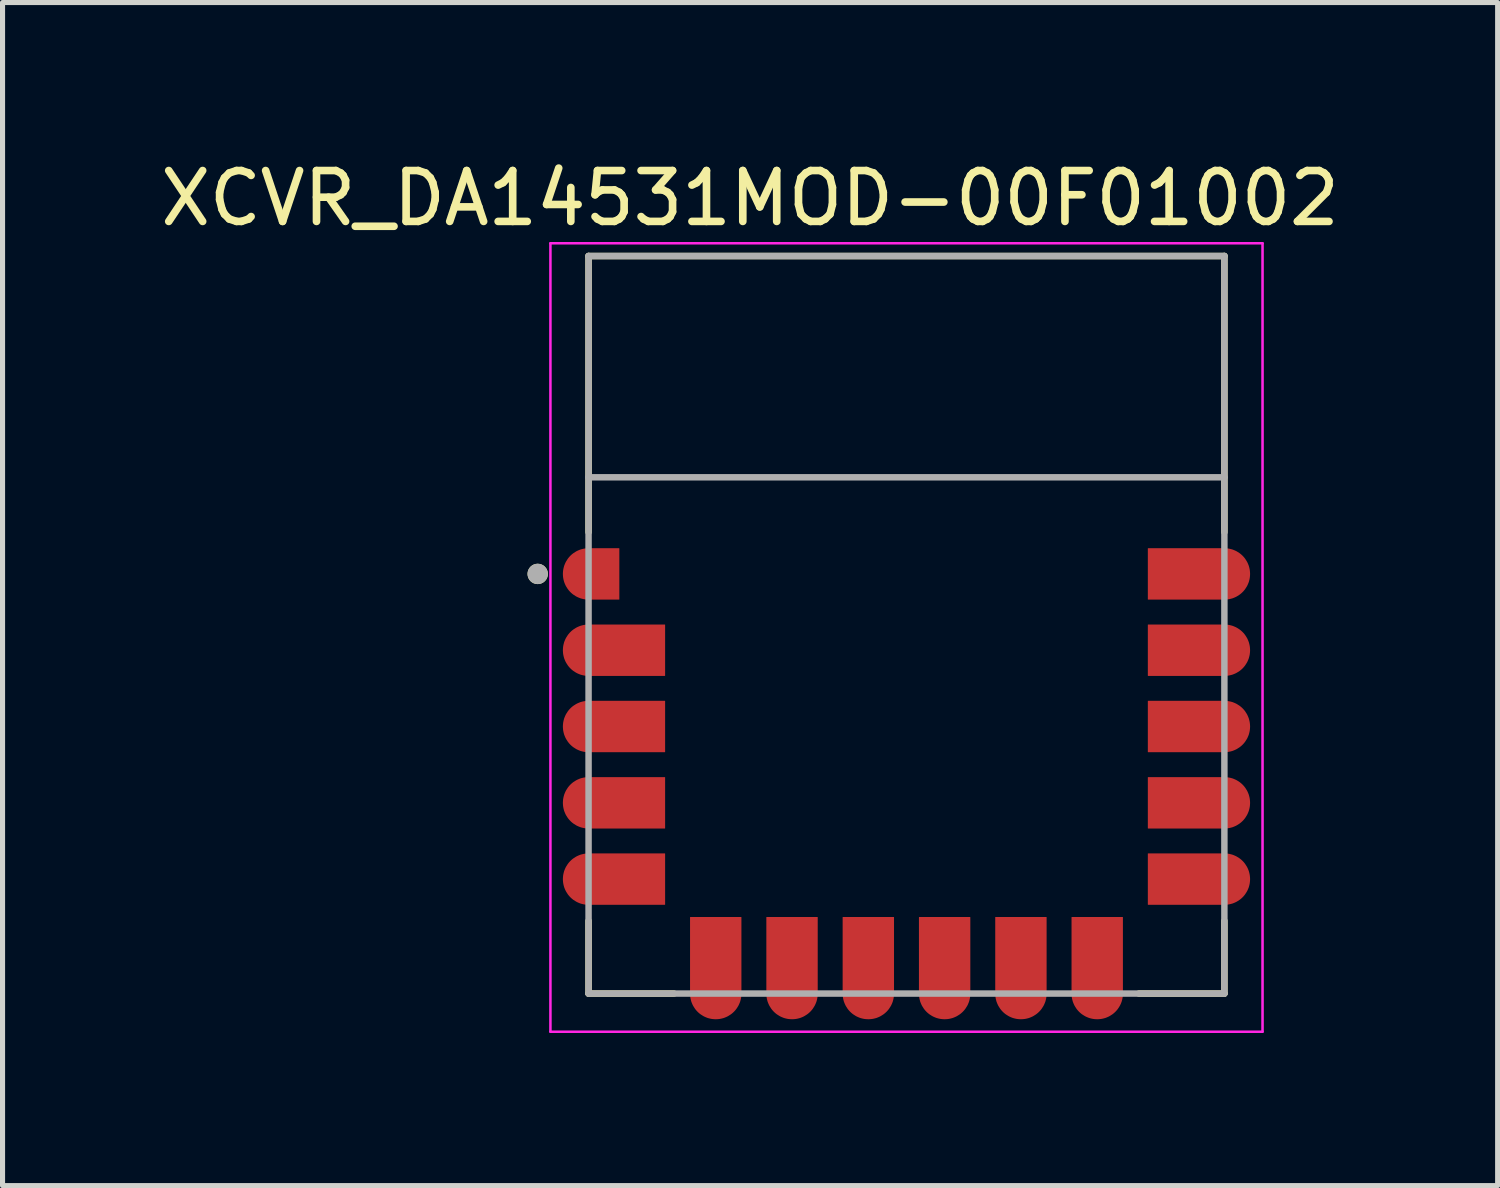
<source format=kicad_pcb>
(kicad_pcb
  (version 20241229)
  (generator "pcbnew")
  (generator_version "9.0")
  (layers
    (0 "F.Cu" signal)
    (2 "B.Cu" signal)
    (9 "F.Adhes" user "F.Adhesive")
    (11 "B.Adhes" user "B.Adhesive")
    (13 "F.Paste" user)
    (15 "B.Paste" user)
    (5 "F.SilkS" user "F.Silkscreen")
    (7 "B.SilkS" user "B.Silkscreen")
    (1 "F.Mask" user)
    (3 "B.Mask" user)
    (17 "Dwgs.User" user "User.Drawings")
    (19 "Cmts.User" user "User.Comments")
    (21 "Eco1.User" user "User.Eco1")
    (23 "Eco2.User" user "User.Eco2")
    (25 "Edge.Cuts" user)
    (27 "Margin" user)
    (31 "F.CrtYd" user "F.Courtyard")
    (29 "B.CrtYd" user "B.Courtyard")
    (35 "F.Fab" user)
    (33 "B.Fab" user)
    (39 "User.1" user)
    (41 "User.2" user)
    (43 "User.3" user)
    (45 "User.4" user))
  (footprint "XCVR_DA14531MOD-00F01002"
    (layer "F.Cu")
    (at 14.771 9.233)
    (property "Reference" "XCVR_DA14531MOD-00F01002" (at -3.075 -8.385 0) (layer "F.SilkS") (effects (font (size 1 1) (thickness 0.15))))
    (attr smd)
    (fp_poly (pts (xy -5.55 -0.4) (xy -6.35 -0.4) (xy -6.376 -0.401) (xy -6.402 -0.403) (xy -6.428 -0.406) (xy -6.454 -0.411) (xy -6.479 -0.417) (xy -6.505 -0.424) (xy -6.529 -0.433) (xy -6.553 -0.443) (xy -6.577 -0.454) (xy -6.6 -0.467) (xy -6.622 -0.481) (xy -6.644 -0.495) (xy -6.665 -0.511) (xy -6.685 -0.528) (xy -6.704 -0.546) (xy -6.722 -0.565) (xy -6.739 -0.585) (xy -6.755 -0.606) (xy -6.769 -0.628) (xy -6.783 -0.65) (xy -6.796 -0.673) (xy -6.807 -0.697) (xy -6.817 -0.721) (xy -6.826 -0.745) (xy -6.833 -0.771) (xy -6.839 -0.796) (xy -6.844 -0.822) (xy -6.847 -0.848) (xy -6.849 -0.874) (xy -6.85 -0.9) (xy -6.85 -1.1) (xy -6.849 -1.126) (xy -6.847 -1.152) (xy -6.844 -1.178) (xy -6.839 -1.204) (xy -6.833 -1.229) (xy -6.826 -1.255) (xy -6.817 -1.279) (xy -6.807 -1.303) (xy -6.796 -1.327) (xy -6.783 -1.35) (xy -6.769 -1.372) (xy -6.755 -1.394) (xy -6.739 -1.415) (xy -6.722 -1.435) (xy -6.704 -1.454) (xy -6.685 -1.472) (xy -6.665 -1.489) (xy -6.644 -1.505) (xy -6.622 -1.519) (xy -6.6 -1.533) (xy -6.577 -1.546) (xy -6.553 -1.557) (xy -6.529 -1.567) (xy -6.505 -1.576) (xy -6.479 -1.583) (xy -6.454 -1.589) (xy -6.428 -1.594) (xy -6.402 -1.597) (xy -6.376 -1.599) (xy -6.35 -1.6) (xy -5.55 -1.6) (xy -5.55 -0.4)) (stroke (width 0.01) (type solid)) (fill yes) (layer "F.Mask"))
    (fp_poly (pts (xy -4.65 1.1) (xy -6.35 1.1) (xy -6.376 1.099) (xy -6.402 1.097) (xy -6.428 1.094) (xy -6.454 1.089) (xy -6.479 1.083) (xy -6.505 1.076) (xy -6.529 1.067) (xy -6.553 1.057) (xy -6.577 1.046) (xy -6.6 1.033) (xy -6.622 1.019) (xy -6.644 1.005) (xy -6.665 0.989) (xy -6.685 0.972) (xy -6.704 0.954) (xy -6.722 0.935) (xy -6.739 0.915) (xy -6.755 0.894) (xy -6.769 0.872) (xy -6.783 0.85) (xy -6.796 0.827) (xy -6.807 0.803) (xy -6.817 0.779) (xy -6.826 0.755) (xy -6.833 0.729) (xy -6.839 0.704) (xy -6.844 0.678) (xy -6.847 0.652) (xy -6.849 0.626) (xy -6.85 0.6) (xy -6.85 0.4) (xy -6.849 0.374) (xy -6.847 0.348) (xy -6.844 0.322) (xy -6.839 0.296) (xy -6.833 0.271) (xy -6.826 0.245) (xy -6.817 0.221) (xy -6.807 0.197) (xy -6.796 0.173) (xy -6.783 0.15) (xy -6.769 0.128) (xy -6.755 0.106) (xy -6.739 0.085) (xy -6.722 0.065) (xy -6.704 0.046) (xy -6.685 0.028) (xy -6.665 0.011) (xy -6.644 -0.005) (xy -6.622 -0.019) (xy -6.6 -0.033) (xy -6.577 -0.046) (xy -6.553 -0.057) (xy -6.529 -0.067) (xy -6.505 -0.076) (xy -6.479 -0.083) (xy -6.454 -0.089) (xy -6.428 -0.094) (xy -6.402 -0.097) (xy -6.376 -0.099) (xy -6.35 -0.1) (xy -4.65 -0.1) (xy -4.65 1.1)) (stroke (width 0.01) (type solid)) (fill yes) (layer "F.Mask"))
    (fp_poly (pts (xy -4.65 2.6) (xy -6.35 2.6) (xy -6.376 2.599) (xy -6.402 2.597) (xy -6.428 2.594) (xy -6.454 2.589) (xy -6.479 2.583) (xy -6.505 2.576) (xy -6.529 2.567) (xy -6.553 2.557) (xy -6.577 2.546) (xy -6.6 2.533) (xy -6.622 2.519) (xy -6.644 2.505) (xy -6.665 2.489) (xy -6.685 2.472) (xy -6.704 2.454) (xy -6.722 2.435) (xy -6.739 2.415) (xy -6.755 2.394) (xy -6.769 2.372) (xy -6.783 2.35) (xy -6.796 2.327) (xy -6.807 2.303) (xy -6.817 2.279) (xy -6.826 2.255) (xy -6.833 2.229) (xy -6.839 2.204) (xy -6.844 2.178) (xy -6.847 2.152) (xy -6.849 2.126) (xy -6.85 2.1) (xy -6.85 1.9) (xy -6.849 1.874) (xy -6.847 1.848) (xy -6.844 1.822) (xy -6.839 1.796) (xy -6.833 1.771) (xy -6.826 1.745) (xy -6.817 1.721) (xy -6.807 1.697) (xy -6.796 1.673) (xy -6.783 1.65) (xy -6.769 1.628) (xy -6.755 1.606) (xy -6.739 1.585) (xy -6.722 1.565) (xy -6.704 1.546) (xy -6.685 1.528) (xy -6.665 1.511) (xy -6.644 1.495) (xy -6.622 1.481) (xy -6.6 1.467) (xy -6.577 1.454) (xy -6.553 1.443) (xy -6.529 1.433) (xy -6.505 1.424) (xy -6.479 1.417) (xy -6.454 1.411) (xy -6.428 1.406) (xy -6.402 1.403) (xy -6.376 1.401) (xy -6.35 1.4) (xy -4.65 1.4) (xy -4.65 2.6)) (stroke (width 0.01) (type solid)) (fill yes) (layer "F.Mask"))
    (fp_poly (pts (xy -4.65 4.1) (xy -6.35 4.1) (xy -6.376 4.099) (xy -6.402 4.097) (xy -6.428 4.094) (xy -6.454 4.089) (xy -6.479 4.083) (xy -6.505 4.076) (xy -6.529 4.067) (xy -6.553 4.057) (xy -6.577 4.046) (xy -6.6 4.033) (xy -6.622 4.019) (xy -6.644 4.005) (xy -6.665 3.989) (xy -6.685 3.972) (xy -6.704 3.954) (xy -6.722 3.935) (xy -6.739 3.915) (xy -6.755 3.894) (xy -6.769 3.872) (xy -6.783 3.85) (xy -6.796 3.827) (xy -6.807 3.803) (xy -6.817 3.779) (xy -6.826 3.755) (xy -6.833 3.729) (xy -6.839 3.704) (xy -6.844 3.678) (xy -6.847 3.652) (xy -6.849 3.626) (xy -6.85 3.6) (xy -6.85 3.4) (xy -6.849 3.374) (xy -6.847 3.348) (xy -6.844 3.322) (xy -6.839 3.296) (xy -6.833 3.271) (xy -6.826 3.245) (xy -6.817 3.221) (xy -6.807 3.197) (xy -6.796 3.173) (xy -6.783 3.15) (xy -6.769 3.128) (xy -6.755 3.106) (xy -6.739 3.085) (xy -6.722 3.065) (xy -6.704 3.046) (xy -6.685 3.028) (xy -6.665 3.011) (xy -6.644 2.995) (xy -6.622 2.981) (xy -6.6 2.967) (xy -6.577 2.954) (xy -6.553 2.943) (xy -6.529 2.933) (xy -6.505 2.924) (xy -6.479 2.917) (xy -6.454 2.911) (xy -6.428 2.906) (xy -6.402 2.903) (xy -6.376 2.901) (xy -6.35 2.9) (xy -4.65 2.9) (xy -4.65 4.1)) (stroke (width 0.01) (type solid)) (fill yes) (layer "F.Mask"))
    (fp_poly (pts (xy -4.65 5.6) (xy -6.35 5.6) (xy -6.376 5.599) (xy -6.402 5.597) (xy -6.428 5.594) (xy -6.454 5.589) (xy -6.479 5.583) (xy -6.505 5.576) (xy -6.529 5.567) (xy -6.553 5.557) (xy -6.577 5.546) (xy -6.6 5.533) (xy -6.622 5.519) (xy -6.644 5.505) (xy -6.665 5.489) (xy -6.685 5.472) (xy -6.704 5.454) (xy -6.722 5.435) (xy -6.739 5.415) (xy -6.755 5.394) (xy -6.769 5.372) (xy -6.783 5.35) (xy -6.796 5.327) (xy -6.807 5.303) (xy -6.817 5.279) (xy -6.826 5.255) (xy -6.833 5.229) (xy -6.839 5.204) (xy -6.844 5.178) (xy -6.847 5.152) (xy -6.849 5.126) (xy -6.85 5.1) (xy -6.85 4.9) (xy -6.849 4.874) (xy -6.847 4.848) (xy -6.844 4.822) (xy -6.839 4.796) (xy -6.833 4.771) (xy -6.826 4.745) (xy -6.817 4.721) (xy -6.807 4.697) (xy -6.796 4.673) (xy -6.783 4.65) (xy -6.769 4.628) (xy -6.755 4.606) (xy -6.739 4.585) (xy -6.722 4.565) (xy -6.704 4.546) (xy -6.685 4.528) (xy -6.665 4.511) (xy -6.644 4.495) (xy -6.622 4.481) (xy -6.6 4.467) (xy -6.577 4.454) (xy -6.553 4.443) (xy -6.529 4.433) (xy -6.505 4.424) (xy -6.479 4.417) (xy -6.454 4.411) (xy -6.428 4.406) (xy -6.402 4.403) (xy -6.376 4.401) (xy -6.35 4.4) (xy -4.65 4.4) (xy -4.65 5.6)) (stroke (width 0.01) (type solid)) (fill yes) (layer "F.Mask"))
    (fp_poly (pts (xy -4.35 5.65) (xy -4.35 7.35) (xy -4.349 7.376) (xy -4.347 7.402) (xy -4.344 7.428) (xy -4.339 7.454) (xy -4.333 7.479) (xy -4.326 7.505) (xy -4.317 7.529) (xy -4.307 7.553) (xy -4.296 7.577) (xy -4.283 7.6) (xy -4.269 7.622) (xy -4.255 7.644) (xy -4.239 7.665) (xy -4.222 7.685) (xy -4.204 7.704) (xy -4.185 7.722) (xy -4.165 7.739) (xy -4.144 7.755) (xy -4.122 7.769) (xy -4.1 7.783) (xy -4.077 7.796) (xy -4.053 7.807) (xy -4.029 7.817) (xy -4.005 7.826) (xy -3.979 7.833) (xy -3.954 7.839) (xy -3.928 7.844) (xy -3.902 7.847) (xy -3.876 7.849) (xy -3.85 7.85) (xy -3.65 7.85) (xy -3.624 7.849) (xy -3.598 7.847) (xy -3.572 7.844) (xy -3.546 7.839) (xy -3.521 7.833) (xy -3.495 7.826) (xy -3.471 7.817) (xy -3.447 7.807) (xy -3.423 7.796) (xy -3.4 7.783) (xy -3.378 7.769) (xy -3.356 7.755) (xy -3.335 7.739) (xy -3.315 7.722) (xy -3.296 7.704) (xy -3.278 7.685) (xy -3.261 7.665) (xy -3.245 7.644) (xy -3.231 7.622) (xy -3.217 7.6) (xy -3.204 7.577) (xy -3.193 7.553) (xy -3.183 7.529) (xy -3.174 7.505) (xy -3.167 7.479) (xy -3.161 7.454) (xy -3.156 7.428) (xy -3.153 7.402) (xy -3.151 7.376) (xy -3.15 7.35) (xy -3.15 5.65) (xy -4.35 5.65)) (stroke (width 0.01) (type solid)) (fill yes) (layer "F.Mask"))
    (fp_poly (pts (xy -2.85 5.65) (xy -2.85 7.35) (xy -2.849 7.376) (xy -2.847 7.402) (xy -2.844 7.428) (xy -2.839 7.454) (xy -2.833 7.479) (xy -2.826 7.505) (xy -2.817 7.529) (xy -2.807 7.553) (xy -2.796 7.577) (xy -2.783 7.6) (xy -2.769 7.622) (xy -2.755 7.644) (xy -2.739 7.665) (xy -2.722 7.685) (xy -2.704 7.704) (xy -2.685 7.722) (xy -2.665 7.739) (xy -2.644 7.755) (xy -2.622 7.769) (xy -2.6 7.783) (xy -2.577 7.796) (xy -2.553 7.807) (xy -2.529 7.817) (xy -2.505 7.826) (xy -2.479 7.833) (xy -2.454 7.839) (xy -2.428 7.844) (xy -2.402 7.847) (xy -2.376 7.849) (xy -2.35 7.85) (xy -2.15 7.85) (xy -2.124 7.849) (xy -2.098 7.847) (xy -2.072 7.844) (xy -2.046 7.839) (xy -2.021 7.833) (xy -1.995 7.826) (xy -1.971 7.817) (xy -1.947 7.807) (xy -1.923 7.796) (xy -1.9 7.783) (xy -1.878 7.769) (xy -1.856 7.755) (xy -1.835 7.739) (xy -1.815 7.722) (xy -1.796 7.704) (xy -1.778 7.685) (xy -1.761 7.665) (xy -1.745 7.644) (xy -1.731 7.622) (xy -1.717 7.6) (xy -1.704 7.577) (xy -1.693 7.553) (xy -1.683 7.529) (xy -1.674 7.505) (xy -1.667 7.479) (xy -1.661 7.454) (xy -1.656 7.428) (xy -1.653 7.402) (xy -1.651 7.376) (xy -1.65 7.35) (xy -1.65 5.65) (xy -2.85 5.65)) (stroke (width 0.01) (type solid)) (fill yes) (layer "F.Mask"))
    (fp_poly (pts (xy -1.35 5.65) (xy -1.35 7.35) (xy -1.349 7.376) (xy -1.347 7.402) (xy -1.344 7.428) (xy -1.339 7.454) (xy -1.333 7.479) (xy -1.326 7.505) (xy -1.317 7.529) (xy -1.307 7.553) (xy -1.296 7.577) (xy -1.283 7.6) (xy -1.269 7.622) (xy -1.255 7.644) (xy -1.239 7.665) (xy -1.222 7.685) (xy -1.204 7.704) (xy -1.185 7.722) (xy -1.165 7.739) (xy -1.144 7.755) (xy -1.122 7.769) (xy -1.1 7.783) (xy -1.077 7.796) (xy -1.053 7.807) (xy -1.029 7.817) (xy -1.005 7.826) (xy -0.979 7.833) (xy -0.954 7.839) (xy -0.928 7.844) (xy -0.902 7.847) (xy -0.876 7.849) (xy -0.85 7.85) (xy -0.65 7.85) (xy -0.624 7.849) (xy -0.598 7.847) (xy -0.572 7.844) (xy -0.546 7.839) (xy -0.521 7.833) (xy -0.495 7.826) (xy -0.471 7.817) (xy -0.447 7.807) (xy -0.423 7.796) (xy -0.4 7.783) (xy -0.378 7.769) (xy -0.356 7.755) (xy -0.335 7.739) (xy -0.315 7.722) (xy -0.296 7.704) (xy -0.278 7.685) (xy -0.261 7.665) (xy -0.245 7.644) (xy -0.231 7.622) (xy -0.217 7.6) (xy -0.204 7.577) (xy -0.193 7.553) (xy -0.183 7.529) (xy -0.174 7.505) (xy -0.167 7.479) (xy -0.161 7.454) (xy -0.156 7.428) (xy -0.153 7.402) (xy -0.151 7.376) (xy -0.15 7.35) (xy -0.15 5.65) (xy -1.35 5.65)) (stroke (width 0.01) (type solid)) (fill yes) (layer "F.Mask"))
    (fp_poly (pts (xy 0.15 5.65) (xy 0.15 7.35) (xy 0.151 7.376) (xy 0.153 7.402) (xy 0.156 7.428) (xy 0.161 7.454) (xy 0.167 7.479) (xy 0.174 7.505) (xy 0.183 7.529) (xy 0.193 7.553) (xy 0.204 7.577) (xy 0.217 7.6) (xy 0.231 7.622) (xy 0.245 7.644) (xy 0.261 7.665) (xy 0.278 7.685) (xy 0.296 7.704) (xy 0.315 7.722) (xy 0.335 7.739) (xy 0.356 7.755) (xy 0.378 7.769) (xy 0.4 7.783) (xy 0.423 7.796) (xy 0.447 7.807) (xy 0.471 7.817) (xy 0.495 7.826) (xy 0.521 7.833) (xy 0.546 7.839) (xy 0.572 7.844) (xy 0.598 7.847) (xy 0.624 7.849) (xy 0.65 7.85) (xy 0.85 7.85) (xy 0.876 7.849) (xy 0.902 7.847) (xy 0.928 7.844) (xy 0.954 7.839) (xy 0.979 7.833) (xy 1.005 7.826) (xy 1.029 7.817) (xy 1.053 7.807) (xy 1.077 7.796) (xy 1.1 7.783) (xy 1.122 7.769) (xy 1.144 7.755) (xy 1.165 7.739) (xy 1.185 7.722) (xy 1.204 7.704) (xy 1.222 7.685) (xy 1.239 7.665) (xy 1.255 7.644) (xy 1.269 7.622) (xy 1.283 7.6) (xy 1.296 7.577) (xy 1.307 7.553) (xy 1.317 7.529) (xy 1.326 7.505) (xy 1.333 7.479) (xy 1.339 7.454) (xy 1.344 7.428) (xy 1.347 7.402) (xy 1.349 7.376) (xy 1.35 7.35) (xy 1.35 5.65) (xy 0.15 5.65)) (stroke (width 0.01) (type solid)) (fill yes) (layer "F.Mask"))
    (fp_poly (pts (xy 1.65 5.65) (xy 1.65 7.35) (xy 1.651 7.376) (xy 1.653 7.402) (xy 1.656 7.428) (xy 1.661 7.454) (xy 1.667 7.479) (xy 1.674 7.505) (xy 1.683 7.529) (xy 1.693 7.553) (xy 1.704 7.577) (xy 1.717 7.6) (xy 1.731 7.622) (xy 1.745 7.644) (xy 1.761 7.665) (xy 1.778 7.685) (xy 1.796 7.704) (xy 1.815 7.722) (xy 1.835 7.739) (xy 1.856 7.755) (xy 1.878 7.769) (xy 1.9 7.783) (xy 1.923 7.796) (xy 1.947 7.807) (xy 1.971 7.817) (xy 1.995 7.826) (xy 2.021 7.833) (xy 2.046 7.839) (xy 2.072 7.844) (xy 2.098 7.847) (xy 2.124 7.849) (xy 2.15 7.85) (xy 2.35 7.85) (xy 2.376 7.849) (xy 2.402 7.847) (xy 2.428 7.844) (xy 2.454 7.839) (xy 2.479 7.833) (xy 2.505 7.826) (xy 2.529 7.817) (xy 2.553 7.807) (xy 2.577 7.796) (xy 2.6 7.783) (xy 2.622 7.769) (xy 2.644 7.755) (xy 2.665 7.739) (xy 2.685 7.722) (xy 2.704 7.704) (xy 2.722 7.685) (xy 2.739 7.665) (xy 2.755 7.644) (xy 2.769 7.622) (xy 2.783 7.6) (xy 2.796 7.577) (xy 2.807 7.553) (xy 2.817 7.529) (xy 2.826 7.505) (xy 2.833 7.479) (xy 2.839 7.454) (xy 2.844 7.428) (xy 2.847 7.402) (xy 2.849 7.376) (xy 2.85 7.35) (xy 2.85 5.65) (xy 1.65 5.65)) (stroke (width 0.01) (type solid)) (fill yes) (layer "F.Mask"))
    (fp_poly (pts (xy 3.15 5.65) (xy 3.15 7.35) (xy 3.151 7.376) (xy 3.153 7.402) (xy 3.156 7.428) (xy 3.161 7.454) (xy 3.167 7.479) (xy 3.174 7.505) (xy 3.183 7.529) (xy 3.193 7.553) (xy 3.204 7.577) (xy 3.217 7.6) (xy 3.231 7.622) (xy 3.245 7.644) (xy 3.261 7.665) (xy 3.278 7.685) (xy 3.296 7.704) (xy 3.315 7.722) (xy 3.335 7.739) (xy 3.356 7.755) (xy 3.378 7.769) (xy 3.4 7.783) (xy 3.423 7.796) (xy 3.447 7.807) (xy 3.471 7.817) (xy 3.495 7.826) (xy 3.521 7.833) (xy 3.546 7.839) (xy 3.572 7.844) (xy 3.598 7.847) (xy 3.624 7.849) (xy 3.65 7.85) (xy 3.85 7.85) (xy 3.876 7.849) (xy 3.902 7.847) (xy 3.928 7.844) (xy 3.954 7.839) (xy 3.979 7.833) (xy 4.005 7.826) (xy 4.029 7.817) (xy 4.053 7.807) (xy 4.077 7.796) (xy 4.1 7.783) (xy 4.122 7.769) (xy 4.144 7.755) (xy 4.165 7.739) (xy 4.185 7.722) (xy 4.204 7.704) (xy 4.222 7.685) (xy 4.239 7.665) (xy 4.255 7.644) (xy 4.269 7.622) (xy 4.283 7.6) (xy 4.296 7.577) (xy 4.307 7.553) (xy 4.317 7.529) (xy 4.326 7.505) (xy 4.333 7.479) (xy 4.339 7.454) (xy 4.344 7.428) (xy 4.347 7.402) (xy 4.349 7.376) (xy 4.35 7.35) (xy 4.35 5.65) (xy 3.15 5.65)) (stroke (width 0.01) (type solid)) (fill yes) (layer "F.Mask"))
    (fp_poly (pts (xy 4.65 -0.4) (xy 6.35 -0.4) (xy 6.376 -0.401) (xy 6.402 -0.403) (xy 6.428 -0.406) (xy 6.454 -0.411) (xy 6.479 -0.417) (xy 6.505 -0.424) (xy 6.529 -0.433) (xy 6.553 -0.443) (xy 6.577 -0.454) (xy 6.6 -0.467) (xy 6.622 -0.481) (xy 6.644 -0.495) (xy 6.665 -0.511) (xy 6.685 -0.528) (xy 6.704 -0.546) (xy 6.722 -0.565) (xy 6.739 -0.585) (xy 6.755 -0.606) (xy 6.769 -0.628) (xy 6.783 -0.65) (xy 6.796 -0.673) (xy 6.807 -0.697) (xy 6.817 -0.721) (xy 6.826 -0.745) (xy 6.833 -0.771) (xy 6.839 -0.796) (xy 6.844 -0.822) (xy 6.847 -0.848) (xy 6.849 -0.874) (xy 6.85 -0.9) (xy 6.85 -1.1) (xy 6.849 -1.126) (xy 6.847 -1.152) (xy 6.844 -1.178) (xy 6.839 -1.204) (xy 6.833 -1.229) (xy 6.826 -1.255) (xy 6.817 -1.279) (xy 6.807 -1.303) (xy 6.796 -1.327) (xy 6.783 -1.35) (xy 6.769 -1.372) (xy 6.755 -1.394) (xy 6.739 -1.415) (xy 6.722 -1.435) (xy 6.704 -1.454) (xy 6.685 -1.472) (xy 6.665 -1.489) (xy 6.644 -1.505) (xy 6.622 -1.519) (xy 6.6 -1.533) (xy 6.577 -1.546) (xy 6.553 -1.557) (xy 6.529 -1.567) (xy 6.505 -1.576) (xy 6.479 -1.583) (xy 6.454 -1.589) (xy 6.428 -1.594) (xy 6.402 -1.597) (xy 6.376 -1.599) (xy 6.35 -1.6) (xy 4.65 -1.6) (xy 4.65 -0.4)) (stroke (width 0.01) (type solid)) (fill yes) (layer "F.Mask"))
    (fp_poly (pts (xy 4.65 1.1) (xy 6.35 1.1) (xy 6.376 1.099) (xy 6.402 1.097) (xy 6.428 1.094) (xy 6.454 1.089) (xy 6.479 1.083) (xy 6.505 1.076) (xy 6.529 1.067) (xy 6.553 1.057) (xy 6.577 1.046) (xy 6.6 1.033) (xy 6.622 1.019) (xy 6.644 1.005) (xy 6.665 0.989) (xy 6.685 0.972) (xy 6.704 0.954) (xy 6.722 0.935) (xy 6.739 0.915) (xy 6.755 0.894) (xy 6.769 0.872) (xy 6.783 0.85) (xy 6.796 0.827) (xy 6.807 0.803) (xy 6.817 0.779) (xy 6.826 0.755) (xy 6.833 0.729) (xy 6.839 0.704) (xy 6.844 0.678) (xy 6.847 0.652) (xy 6.849 0.626) (xy 6.85 0.6) (xy 6.85 0.4) (xy 6.849 0.374) (xy 6.847 0.348) (xy 6.844 0.322) (xy 6.839 0.296) (xy 6.833 0.271) (xy 6.826 0.245) (xy 6.817 0.221) (xy 6.807 0.197) (xy 6.796 0.173) (xy 6.783 0.15) (xy 6.769 0.128) (xy 6.755 0.106) (xy 6.739 0.085) (xy 6.722 0.065) (xy 6.704 0.046) (xy 6.685 0.028) (xy 6.665 0.011) (xy 6.644 -0.005) (xy 6.622 -0.019) (xy 6.6 -0.033) (xy 6.577 -0.046) (xy 6.553 -0.057) (xy 6.529 -0.067) (xy 6.505 -0.076) (xy 6.479 -0.083) (xy 6.454 -0.089) (xy 6.428 -0.094) (xy 6.402 -0.097) (xy 6.376 -0.099) (xy 6.35 -0.1) (xy 4.65 -0.1) (xy 4.65 1.1)) (stroke (width 0.01) (type solid)) (fill yes) (layer "F.Mask"))
    (fp_poly (pts (xy 4.65 2.6) (xy 6.35 2.6) (xy 6.376 2.599) (xy 6.402 2.597) (xy 6.428 2.594) (xy 6.454 2.589) (xy 6.479 2.583) (xy 6.505 2.576) (xy 6.529 2.567) (xy 6.553 2.557) (xy 6.577 2.546) (xy 6.6 2.533) (xy 6.622 2.519) (xy 6.644 2.505) (xy 6.665 2.489) (xy 6.685 2.472) (xy 6.704 2.454) (xy 6.722 2.435) (xy 6.739 2.415) (xy 6.755 2.394) (xy 6.769 2.372) (xy 6.783 2.35) (xy 6.796 2.327) (xy 6.807 2.303) (xy 6.817 2.279) (xy 6.826 2.255) (xy 6.833 2.229) (xy 6.839 2.204) (xy 6.844 2.178) (xy 6.847 2.152) (xy 6.849 2.126) (xy 6.85 2.1) (xy 6.85 1.9) (xy 6.849 1.874) (xy 6.847 1.848) (xy 6.844 1.822) (xy 6.839 1.796) (xy 6.833 1.771) (xy 6.826 1.745) (xy 6.817 1.721) (xy 6.807 1.697) (xy 6.796 1.673) (xy 6.783 1.65) (xy 6.769 1.628) (xy 6.755 1.606) (xy 6.739 1.585) (xy 6.722 1.565) (xy 6.704 1.546) (xy 6.685 1.528) (xy 6.665 1.511) (xy 6.644 1.495) (xy 6.622 1.481) (xy 6.6 1.467) (xy 6.577 1.454) (xy 6.553 1.443) (xy 6.529 1.433) (xy 6.505 1.424) (xy 6.479 1.417) (xy 6.454 1.411) (xy 6.428 1.406) (xy 6.402 1.403) (xy 6.376 1.401) (xy 6.35 1.4) (xy 4.65 1.4) (xy 4.65 2.6)) (stroke (width 0.01) (type solid)) (fill yes) (layer "F.Mask"))
    (fp_poly (pts (xy 4.65 4.1) (xy 6.35 4.1) (xy 6.376 4.099) (xy 6.402 4.097) (xy 6.428 4.094) (xy 6.454 4.089) (xy 6.479 4.083) (xy 6.505 4.076) (xy 6.529 4.067) (xy 6.553 4.057) (xy 6.577 4.046) (xy 6.6 4.033) (xy 6.622 4.019) (xy 6.644 4.005) (xy 6.665 3.989) (xy 6.685 3.972) (xy 6.704 3.954) (xy 6.722 3.935) (xy 6.739 3.915) (xy 6.755 3.894) (xy 6.769 3.872) (xy 6.783 3.85) (xy 6.796 3.827) (xy 6.807 3.803) (xy 6.817 3.779) (xy 6.826 3.755) (xy 6.833 3.729) (xy 6.839 3.704) (xy 6.844 3.678) (xy 6.847 3.652) (xy 6.849 3.626) (xy 6.85 3.6) (xy 6.85 3.4) (xy 6.849 3.374) (xy 6.847 3.348) (xy 6.844 3.322) (xy 6.839 3.296) (xy 6.833 3.271) (xy 6.826 3.245) (xy 6.817 3.221) (xy 6.807 3.197) (xy 6.796 3.173) (xy 6.783 3.15) (xy 6.769 3.128) (xy 6.755 3.106) (xy 6.739 3.085) (xy 6.722 3.065) (xy 6.704 3.046) (xy 6.685 3.028) (xy 6.665 3.011) (xy 6.644 2.995) (xy 6.622 2.981) (xy 6.6 2.967) (xy 6.577 2.954) (xy 6.553 2.943) (xy 6.529 2.933) (xy 6.505 2.924) (xy 6.479 2.917) (xy 6.454 2.911) (xy 6.428 2.906) (xy 6.402 2.903) (xy 6.376 2.901) (xy 6.35 2.9) (xy 4.65 2.9) (xy 4.65 4.1)) (stroke (width 0.01) (type solid)) (fill yes) (layer "F.Mask"))
    (fp_poly (pts (xy 4.65 5.6) (xy 6.35 5.6) (xy 6.376 5.599) (xy 6.402 5.597) (xy 6.428 5.594) (xy 6.454 5.589) (xy 6.479 5.583) (xy 6.505 5.576) (xy 6.529 5.567) (xy 6.553 5.557) (xy 6.577 5.546) (xy 6.6 5.533) (xy 6.622 5.519) (xy 6.644 5.505) (xy 6.665 5.489) (xy 6.685 5.472) (xy 6.704 5.454) (xy 6.722 5.435) (xy 6.739 5.415) (xy 6.755 5.394) (xy 6.769 5.372) (xy 6.783 5.35) (xy 6.796 5.327) (xy 6.807 5.303) (xy 6.817 5.279) (xy 6.826 5.255) (xy 6.833 5.229) (xy 6.839 5.204) (xy 6.844 5.178) (xy 6.847 5.152) (xy 6.849 5.126) (xy 6.85 5.1) (xy 6.85 4.9) (xy 6.849 4.874) (xy 6.847 4.848) (xy 6.844 4.822) (xy 6.839 4.796) (xy 6.833 4.771) (xy 6.826 4.745) (xy 6.817 4.721) (xy 6.807 4.697) (xy 6.796 4.673) (xy 6.783 4.65) (xy 6.769 4.628) (xy 6.755 4.606) (xy 6.739 4.585) (xy 6.722 4.565) (xy 6.704 4.546) (xy 6.685 4.528) (xy 6.665 4.511) (xy 6.644 4.495) (xy 6.622 4.481) (xy 6.6 4.467) (xy 6.577 4.454) (xy 6.553 4.443) (xy 6.529 4.433) (xy 6.505 4.424) (xy 6.479 4.417) (xy 6.454 4.411) (xy 6.428 4.406) (xy 6.402 4.403) (xy 6.376 4.401) (xy 6.35 4.4) (xy 4.65 4.4) (xy 4.65 5.6)) (stroke (width 0.01) (type solid)) (fill yes) (layer "F.Mask"))
    (fp_line (start -6.25 -7.25) (end 6.25 -7.25) (stroke (width 0.127) (type solid)) (layer "F.SilkS"))
    (fp_line (start -6.25 -1.82) (end -6.25 -7.25) (stroke (width 0.127) (type solid)) (layer "F.SilkS"))
    (fp_line (start -6.25 7.25) (end -6.25 5.82) (stroke (width 0.127) (type solid)) (layer "F.SilkS"))
    (fp_line (start -4.57 7.25) (end -6.25 7.25) (stroke (width 0.127) (type solid)) (layer "F.SilkS"))
    (fp_line (start 6.25 -7.25) (end 6.25 -1.82) (stroke (width 0.127) (type solid)) (layer "F.SilkS"))
    (fp_line (start 6.25 5.82) (end 6.25 7.25) (stroke (width 0.127) (type solid)) (layer "F.SilkS"))
    (fp_line (start 6.25 7.25) (end 4.57 7.25) (stroke (width 0.127) (type solid)) (layer "F.SilkS"))
    (fp_circle (center -7.25 -1) (end -7.15 -1) (stroke (width 0.2) (type solid)) (fill no) (layer "F.SilkS"))
    (fp_poly (pts (xy -5.65 -1.5) (xy -6.25 -1.5) (xy -6.276 -1.499) (xy -6.302 -1.497) (xy -6.328 -1.494) (xy -6.354 -1.489) (xy -6.379 -1.483) (xy -6.405 -1.476) (xy -6.429 -1.467) (xy -6.453 -1.457) (xy -6.477 -1.446) (xy -6.5 -1.433) (xy -6.522 -1.419) (xy -6.544 -1.405) (xy -6.565 -1.389) (xy -6.585 -1.372) (xy -6.604 -1.354) (xy -6.622 -1.335) (xy -6.639 -1.315) (xy -6.655 -1.294) (xy -6.669 -1.272) (xy -6.683 -1.25) (xy -6.696 -1.227) (xy -6.707 -1.203) (xy -6.717 -1.179) (xy -6.726 -1.155) (xy -6.733 -1.129) (xy -6.739 -1.104) (xy -6.744 -1.078) (xy -6.747 -1.052) (xy -6.749 -1.026) (xy -6.75 -1) (xy -6.749 -0.974) (xy -6.747 -0.948) (xy -6.744 -0.922) (xy -6.739 -0.896) (xy -6.733 -0.871) (xy -6.726 -0.845) (xy -6.717 -0.821) (xy -6.707 -0.797) (xy -6.696 -0.773) (xy -6.683 -0.75) (xy -6.669 -0.728) (xy -6.655 -0.706) (xy -6.639 -0.685) (xy -6.622 -0.665) (xy -6.604 -0.646) (xy -6.585 -0.628) (xy -6.565 -0.611) (xy -6.544 -0.595) (xy -6.522 -0.581) (xy -6.5 -0.567) (xy -6.477 -0.554) (xy -6.453 -0.543) (xy -6.429 -0.533) (xy -6.405 -0.524) (xy -6.379 -0.517) (xy -6.354 -0.511) (xy -6.328 -0.506) (xy -6.302 -0.503) (xy -6.276 -0.501) (xy -6.25 -0.5) (xy -5.65 -0.5) (xy -5.65 -1.5)) (stroke (width 0.01) (type solid)) (fill yes) (layer "F.Paste"))
    (fp_poly (pts (xy -4.75 0) (xy -6.25 0) (xy -6.276 0.001) (xy -6.302 0.003) (xy -6.328 0.006) (xy -6.354 0.011) (xy -6.379 0.017) (xy -6.405 0.024) (xy -6.429 0.033) (xy -6.453 0.043) (xy -6.477 0.054) (xy -6.5 0.067) (xy -6.522 0.081) (xy -6.544 0.095) (xy -6.565 0.111) (xy -6.585 0.128) (xy -6.604 0.146) (xy -6.622 0.165) (xy -6.639 0.185) (xy -6.655 0.206) (xy -6.669 0.228) (xy -6.683 0.25) (xy -6.696 0.273) (xy -6.707 0.297) (xy -6.717 0.321) (xy -6.726 0.345) (xy -6.733 0.371) (xy -6.739 0.396) (xy -6.744 0.422) (xy -6.747 0.448) (xy -6.749 0.474) (xy -6.75 0.5) (xy -6.749 0.526) (xy -6.747 0.552) (xy -6.744 0.578) (xy -6.739 0.604) (xy -6.733 0.629) (xy -6.726 0.655) (xy -6.717 0.679) (xy -6.707 0.703) (xy -6.696 0.727) (xy -6.683 0.75) (xy -6.669 0.772) (xy -6.655 0.794) (xy -6.639 0.815) (xy -6.622 0.835) (xy -6.604 0.854) (xy -6.585 0.872) (xy -6.565 0.889) (xy -6.544 0.905) (xy -6.522 0.919) (xy -6.5 0.933) (xy -6.477 0.946) (xy -6.453 0.957) (xy -6.429 0.967) (xy -6.405 0.976) (xy -6.379 0.983) (xy -6.354 0.989) (xy -6.328 0.994) (xy -6.302 0.997) (xy -6.276 0.999) (xy -6.25 1) (xy -4.75 1) (xy -4.75 0)) (stroke (width 0.01) (type solid)) (fill yes) (layer "F.Paste"))
    (fp_poly (pts (xy -4.75 1.5) (xy -6.25 1.5) (xy -6.276 1.501) (xy -6.302 1.503) (xy -6.328 1.506) (xy -6.354 1.511) (xy -6.379 1.517) (xy -6.405 1.524) (xy -6.429 1.533) (xy -6.453 1.543) (xy -6.477 1.554) (xy -6.5 1.567) (xy -6.522 1.581) (xy -6.544 1.595) (xy -6.565 1.611) (xy -6.585 1.628) (xy -6.604 1.646) (xy -6.622 1.665) (xy -6.639 1.685) (xy -6.655 1.706) (xy -6.669 1.728) (xy -6.683 1.75) (xy -6.696 1.773) (xy -6.707 1.797) (xy -6.717 1.821) (xy -6.726 1.845) (xy -6.733 1.871) (xy -6.739 1.896) (xy -6.744 1.922) (xy -6.747 1.948) (xy -6.749 1.974) (xy -6.75 2) (xy -6.749 2.026) (xy -6.747 2.052) (xy -6.744 2.078) (xy -6.739 2.104) (xy -6.733 2.129) (xy -6.726 2.155) (xy -6.717 2.179) (xy -6.707 2.203) (xy -6.696 2.227) (xy -6.683 2.25) (xy -6.669 2.272) (xy -6.655 2.294) (xy -6.639 2.315) (xy -6.622 2.335) (xy -6.604 2.354) (xy -6.585 2.372) (xy -6.565 2.389) (xy -6.544 2.405) (xy -6.522 2.419) (xy -6.5 2.433) (xy -6.477 2.446) (xy -6.453 2.457) (xy -6.429 2.467) (xy -6.405 2.476) (xy -6.379 2.483) (xy -6.354 2.489) (xy -6.328 2.494) (xy -6.302 2.497) (xy -6.276 2.499) (xy -6.25 2.5) (xy -4.75 2.5) (xy -4.75 1.5)) (stroke (width 0.01) (type solid)) (fill yes) (layer "F.Paste"))
    (fp_poly (pts (xy -4.75 3) (xy -6.25 3) (xy -6.276 3.001) (xy -6.302 3.003) (xy -6.328 3.006) (xy -6.354 3.011) (xy -6.379 3.017) (xy -6.405 3.024) (xy -6.429 3.033) (xy -6.453 3.043) (xy -6.477 3.054) (xy -6.5 3.067) (xy -6.522 3.081) (xy -6.544 3.095) (xy -6.565 3.111) (xy -6.585 3.128) (xy -6.604 3.146) (xy -6.622 3.165) (xy -6.639 3.185) (xy -6.655 3.206) (xy -6.669 3.228) (xy -6.683 3.25) (xy -6.696 3.273) (xy -6.707 3.297) (xy -6.717 3.321) (xy -6.726 3.345) (xy -6.733 3.371) (xy -6.739 3.396) (xy -6.744 3.422) (xy -6.747 3.448) (xy -6.749 3.474) (xy -6.75 3.5) (xy -6.749 3.526) (xy -6.747 3.552) (xy -6.744 3.578) (xy -6.739 3.604) (xy -6.733 3.629) (xy -6.726 3.655) (xy -6.717 3.679) (xy -6.707 3.703) (xy -6.696 3.727) (xy -6.683 3.75) (xy -6.669 3.772) (xy -6.655 3.794) (xy -6.639 3.815) (xy -6.622 3.835) (xy -6.604 3.854) (xy -6.585 3.872) (xy -6.565 3.889) (xy -6.544 3.905) (xy -6.522 3.919) (xy -6.5 3.933) (xy -6.477 3.946) (xy -6.453 3.957) (xy -6.429 3.967) (xy -6.405 3.976) (xy -6.379 3.983) (xy -6.354 3.989) (xy -6.328 3.994) (xy -6.302 3.997) (xy -6.276 3.999) (xy -6.25 4) (xy -4.75 4) (xy -4.75 3)) (stroke (width 0.01) (type solid)) (fill yes) (layer "F.Paste"))
    (fp_poly (pts (xy -4.75 4.5) (xy -6.25 4.5) (xy -6.276 4.501) (xy -6.302 4.503) (xy -6.328 4.506) (xy -6.354 4.511) (xy -6.379 4.517) (xy -6.405 4.524) (xy -6.429 4.533) (xy -6.453 4.543) (xy -6.477 4.554) (xy -6.5 4.567) (xy -6.522 4.581) (xy -6.544 4.595) (xy -6.565 4.611) (xy -6.585 4.628) (xy -6.604 4.646) (xy -6.622 4.665) (xy -6.639 4.685) (xy -6.655 4.706) (xy -6.669 4.728) (xy -6.683 4.75) (xy -6.696 4.773) (xy -6.707 4.797) (xy -6.717 4.821) (xy -6.726 4.845) (xy -6.733 4.871) (xy -6.739 4.896) (xy -6.744 4.922) (xy -6.747 4.948) (xy -6.749 4.974) (xy -6.75 5) (xy -6.749 5.026) (xy -6.747 5.052) (xy -6.744 5.078) (xy -6.739 5.104) (xy -6.733 5.129) (xy -6.726 5.155) (xy -6.717 5.179) (xy -6.707 5.203) (xy -6.696 5.227) (xy -6.683 5.25) (xy -6.669 5.272) (xy -6.655 5.294) (xy -6.639 5.315) (xy -6.622 5.335) (xy -6.604 5.354) (xy -6.585 5.372) (xy -6.565 5.389) (xy -6.544 5.405) (xy -6.522 5.419) (xy -6.5 5.433) (xy -6.477 5.446) (xy -6.453 5.457) (xy -6.429 5.467) (xy -6.405 5.476) (xy -6.379 5.483) (xy -6.354 5.489) (xy -6.328 5.494) (xy -6.302 5.497) (xy -6.276 5.499) (xy -6.25 5.5) (xy -4.75 5.5) (xy -4.75 4.5)) (stroke (width 0.01) (type solid)) (fill yes) (layer "F.Paste"))
    (fp_poly (pts (xy -4.25 5.75) (xy -4.25 7.25) (xy -4.249 7.276) (xy -4.247 7.302) (xy -4.244 7.328) (xy -4.239 7.354) (xy -4.233 7.379) (xy -4.226 7.405) (xy -4.217 7.429) (xy -4.207 7.453) (xy -4.196 7.477) (xy -4.183 7.5) (xy -4.169 7.522) (xy -4.155 7.544) (xy -4.139 7.565) (xy -4.122 7.585) (xy -4.104 7.604) (xy -4.085 7.622) (xy -4.065 7.639) (xy -4.044 7.655) (xy -4.022 7.669) (xy -4 7.683) (xy -3.977 7.696) (xy -3.953 7.707) (xy -3.929 7.717) (xy -3.905 7.726) (xy -3.879 7.733) (xy -3.854 7.739) (xy -3.828 7.744) (xy -3.802 7.747) (xy -3.776 7.749) (xy -3.75 7.75) (xy -3.724 7.749) (xy -3.698 7.747) (xy -3.672 7.744) (xy -3.646 7.739) (xy -3.621 7.733) (xy -3.595 7.726) (xy -3.571 7.717) (xy -3.547 7.707) (xy -3.523 7.696) (xy -3.5 7.683) (xy -3.478 7.669) (xy -3.456 7.655) (xy -3.435 7.639) (xy -3.415 7.622) (xy -3.396 7.604) (xy -3.378 7.585) (xy -3.361 7.565) (xy -3.345 7.544) (xy -3.331 7.522) (xy -3.317 7.5) (xy -3.304 7.477) (xy -3.293 7.453) (xy -3.283 7.429) (xy -3.274 7.405) (xy -3.267 7.379) (xy -3.261 7.354) (xy -3.256 7.328) (xy -3.253 7.302) (xy -3.251 7.276) (xy -3.25 7.25) (xy -3.25 5.75) (xy -4.25 5.75)) (stroke (width 0.01) (type solid)) (fill yes) (layer "F.Paste"))
    (fp_poly (pts (xy -2.75 5.75) (xy -2.75 7.25) (xy -2.749 7.276) (xy -2.747 7.302) (xy -2.744 7.328) (xy -2.739 7.354) (xy -2.733 7.379) (xy -2.726 7.405) (xy -2.717 7.429) (xy -2.707 7.453) (xy -2.696 7.477) (xy -2.683 7.5) (xy -2.669 7.522) (xy -2.655 7.544) (xy -2.639 7.565) (xy -2.622 7.585) (xy -2.604 7.604) (xy -2.585 7.622) (xy -2.565 7.639) (xy -2.544 7.655) (xy -2.522 7.669) (xy -2.5 7.683) (xy -2.477 7.696) (xy -2.453 7.707) (xy -2.429 7.717) (xy -2.405 7.726) (xy -2.379 7.733) (xy -2.354 7.739) (xy -2.328 7.744) (xy -2.302 7.747) (xy -2.276 7.749) (xy -2.25 7.75) (xy -2.224 7.749) (xy -2.198 7.747) (xy -2.172 7.744) (xy -2.146 7.739) (xy -2.121 7.733) (xy -2.095 7.726) (xy -2.071 7.717) (xy -2.047 7.707) (xy -2.023 7.696) (xy -2 7.683) (xy -1.978 7.669) (xy -1.956 7.655) (xy -1.935 7.639) (xy -1.915 7.622) (xy -1.896 7.604) (xy -1.878 7.585) (xy -1.861 7.565) (xy -1.845 7.544) (xy -1.831 7.522) (xy -1.817 7.5) (xy -1.804 7.477) (xy -1.793 7.453) (xy -1.783 7.429) (xy -1.774 7.405) (xy -1.767 7.379) (xy -1.761 7.354) (xy -1.756 7.328) (xy -1.753 7.302) (xy -1.751 7.276) (xy -1.75 7.25) (xy -1.75 5.75) (xy -2.75 5.75)) (stroke (width 0.01) (type solid)) (fill yes) (layer "F.Paste"))
    (fp_poly (pts (xy -1.25 5.75) (xy -1.25 7.25) (xy -1.249 7.276) (xy -1.247 7.302) (xy -1.244 7.328) (xy -1.239 7.354) (xy -1.233 7.379) (xy -1.226 7.405) (xy -1.217 7.429) (xy -1.207 7.453) (xy -1.196 7.477) (xy -1.183 7.5) (xy -1.169 7.522) (xy -1.155 7.544) (xy -1.139 7.565) (xy -1.122 7.585) (xy -1.104 7.604) (xy -1.085 7.622) (xy -1.065 7.639) (xy -1.044 7.655) (xy -1.022 7.669) (xy -1 7.683) (xy -0.977 7.696) (xy -0.953 7.707) (xy -0.929 7.717) (xy -0.905 7.726) (xy -0.879 7.733) (xy -0.854 7.739) (xy -0.828 7.744) (xy -0.802 7.747) (xy -0.776 7.749) (xy -0.75 7.75) (xy -0.724 7.749) (xy -0.698 7.747) (xy -0.672 7.744) (xy -0.646 7.739) (xy -0.621 7.733) (xy -0.595 7.726) (xy -0.571 7.717) (xy -0.547 7.707) (xy -0.523 7.696) (xy -0.5 7.683) (xy -0.478 7.669) (xy -0.456 7.655) (xy -0.435 7.639) (xy -0.415 7.622) (xy -0.396 7.604) (xy -0.378 7.585) (xy -0.361 7.565) (xy -0.345 7.544) (xy -0.331 7.522) (xy -0.317 7.5) (xy -0.304 7.477) (xy -0.293 7.453) (xy -0.283 7.429) (xy -0.274 7.405) (xy -0.267 7.379) (xy -0.261 7.354) (xy -0.256 7.328) (xy -0.253 7.302) (xy -0.251 7.276) (xy -0.25 7.25) (xy -0.25 5.75) (xy -1.25 5.75)) (stroke (width 0.01) (type solid)) (fill yes) (layer "F.Paste"))
    (fp_poly (pts (xy 0.25 5.75) (xy 0.25 7.25) (xy 0.251 7.276) (xy 0.253 7.302) (xy 0.256 7.328) (xy 0.261 7.354) (xy 0.267 7.379) (xy 0.274 7.405) (xy 0.283 7.429) (xy 0.293 7.453) (xy 0.304 7.477) (xy 0.317 7.5) (xy 0.331 7.522) (xy 0.345 7.544) (xy 0.361 7.565) (xy 0.378 7.585) (xy 0.396 7.604) (xy 0.415 7.622) (xy 0.435 7.639) (xy 0.456 7.655) (xy 0.478 7.669) (xy 0.5 7.683) (xy 0.523 7.696) (xy 0.547 7.707) (xy 0.571 7.717) (xy 0.595 7.726) (xy 0.621 7.733) (xy 0.646 7.739) (xy 0.672 7.744) (xy 0.698 7.747) (xy 0.724 7.749) (xy 0.75 7.75) (xy 0.776 7.749) (xy 0.802 7.747) (xy 0.828 7.744) (xy 0.854 7.739) (xy 0.879 7.733) (xy 0.905 7.726) (xy 0.929 7.717) (xy 0.953 7.707) (xy 0.977 7.696) (xy 1 7.683) (xy 1.022 7.669) (xy 1.044 7.655) (xy 1.065 7.639) (xy 1.085 7.622) (xy 1.104 7.604) (xy 1.122 7.585) (xy 1.139 7.565) (xy 1.155 7.544) (xy 1.169 7.522) (xy 1.183 7.5) (xy 1.196 7.477) (xy 1.207 7.453) (xy 1.217 7.429) (xy 1.226 7.405) (xy 1.233 7.379) (xy 1.239 7.354) (xy 1.244 7.328) (xy 1.247 7.302) (xy 1.249 7.276) (xy 1.25 7.25) (xy 1.25 5.75) (xy 0.25 5.75)) (stroke (width 0.01) (type solid)) (fill yes) (layer "F.Paste"))
    (fp_poly (pts (xy 1.75 5.75) (xy 1.75 7.25) (xy 1.751 7.276) (xy 1.753 7.302) (xy 1.756 7.328) (xy 1.761 7.354) (xy 1.767 7.379) (xy 1.774 7.405) (xy 1.783 7.429) (xy 1.793 7.453) (xy 1.804 7.477) (xy 1.817 7.5) (xy 1.831 7.522) (xy 1.845 7.544) (xy 1.861 7.565) (xy 1.878 7.585) (xy 1.896 7.604) (xy 1.915 7.622) (xy 1.935 7.639) (xy 1.956 7.655) (xy 1.978 7.669) (xy 2 7.683) (xy 2.023 7.696) (xy 2.047 7.707) (xy 2.071 7.717) (xy 2.095 7.726) (xy 2.121 7.733) (xy 2.146 7.739) (xy 2.172 7.744) (xy 2.198 7.747) (xy 2.224 7.749) (xy 2.25 7.75) (xy 2.276 7.749) (xy 2.302 7.747) (xy 2.328 7.744) (xy 2.354 7.739) (xy 2.379 7.733) (xy 2.405 7.726) (xy 2.429 7.717) (xy 2.453 7.707) (xy 2.477 7.696) (xy 2.5 7.683) (xy 2.522 7.669) (xy 2.544 7.655) (xy 2.565 7.639) (xy 2.585 7.622) (xy 2.604 7.604) (xy 2.622 7.585) (xy 2.639 7.565) (xy 2.655 7.544) (xy 2.669 7.522) (xy 2.683 7.5) (xy 2.696 7.477) (xy 2.707 7.453) (xy 2.717 7.429) (xy 2.726 7.405) (xy 2.733 7.379) (xy 2.739 7.354) (xy 2.744 7.328) (xy 2.747 7.302) (xy 2.749 7.276) (xy 2.75 7.25) (xy 2.75 5.75) (xy 1.75 5.75)) (stroke (width 0.01) (type solid)) (fill yes) (layer "F.Paste"))
    (fp_poly (pts (xy 3.25 5.75) (xy 3.25 7.25) (xy 3.251 7.276) (xy 3.253 7.302) (xy 3.256 7.328) (xy 3.261 7.354) (xy 3.267 7.379) (xy 3.274 7.405) (xy 3.283 7.429) (xy 3.293 7.453) (xy 3.304 7.477) (xy 3.317 7.5) (xy 3.331 7.522) (xy 3.345 7.544) (xy 3.361 7.565) (xy 3.378 7.585) (xy 3.396 7.604) (xy 3.415 7.622) (xy 3.435 7.639) (xy 3.456 7.655) (xy 3.478 7.669) (xy 3.5 7.683) (xy 3.523 7.696) (xy 3.547 7.707) (xy 3.571 7.717) (xy 3.595 7.726) (xy 3.621 7.733) (xy 3.646 7.739) (xy 3.672 7.744) (xy 3.698 7.747) (xy 3.724 7.749) (xy 3.75 7.75) (xy 3.776 7.749) (xy 3.802 7.747) (xy 3.828 7.744) (xy 3.854 7.739) (xy 3.879 7.733) (xy 3.905 7.726) (xy 3.929 7.717) (xy 3.953 7.707) (xy 3.977 7.696) (xy 4 7.683) (xy 4.022 7.669) (xy 4.044 7.655) (xy 4.065 7.639) (xy 4.085 7.622) (xy 4.104 7.604) (xy 4.122 7.585) (xy 4.139 7.565) (xy 4.155 7.544) (xy 4.169 7.522) (xy 4.183 7.5) (xy 4.196 7.477) (xy 4.207 7.453) (xy 4.217 7.429) (xy 4.226 7.405) (xy 4.233 7.379) (xy 4.239 7.354) (xy 4.244 7.328) (xy 4.247 7.302) (xy 4.249 7.276) (xy 4.25 7.25) (xy 4.25 5.75) (xy 3.25 5.75)) (stroke (width 0.01) (type solid)) (fill yes) (layer "F.Paste"))
    (fp_poly (pts (xy 4.75 -0.5) (xy 6.25 -0.5) (xy 6.276 -0.501) (xy 6.302 -0.503) (xy 6.328 -0.506) (xy 6.354 -0.511) (xy 6.379 -0.517) (xy 6.405 -0.524) (xy 6.429 -0.533) (xy 6.453 -0.543) (xy 6.477 -0.554) (xy 6.5 -0.567) (xy 6.522 -0.581) (xy 6.544 -0.595) (xy 6.565 -0.611) (xy 6.585 -0.628) (xy 6.604 -0.646) (xy 6.622 -0.665) (xy 6.639 -0.685) (xy 6.655 -0.706) (xy 6.669 -0.728) (xy 6.683 -0.75) (xy 6.696 -0.773) (xy 6.707 -0.797) (xy 6.717 -0.821) (xy 6.726 -0.845) (xy 6.733 -0.871) (xy 6.739 -0.896) (xy 6.744 -0.922) (xy 6.747 -0.948) (xy 6.749 -0.974) (xy 6.75 -1) (xy 6.749 -1.026) (xy 6.747 -1.052) (xy 6.744 -1.078) (xy 6.739 -1.104) (xy 6.733 -1.129) (xy 6.726 -1.155) (xy 6.717 -1.179) (xy 6.707 -1.203) (xy 6.696 -1.227) (xy 6.683 -1.25) (xy 6.669 -1.272) (xy 6.655 -1.294) (xy 6.639 -1.315) (xy 6.622 -1.335) (xy 6.604 -1.354) (xy 6.585 -1.372) (xy 6.565 -1.389) (xy 6.544 -1.405) (xy 6.522 -1.419) (xy 6.5 -1.433) (xy 6.477 -1.446) (xy 6.453 -1.457) (xy 6.429 -1.467) (xy 6.405 -1.476) (xy 6.379 -1.483) (xy 6.354 -1.489) (xy 6.328 -1.494) (xy 6.302 -1.497) (xy 6.276 -1.499) (xy 6.25 -1.5) (xy 4.75 -1.5) (xy 4.75 -0.5)) (stroke (width 0.01) (type solid)) (fill yes) (layer "F.Paste"))
    (fp_poly (pts (xy 4.75 1) (xy 6.25 1) (xy 6.276 0.999) (xy 6.302 0.997) (xy 6.328 0.994) (xy 6.354 0.989) (xy 6.379 0.983) (xy 6.405 0.976) (xy 6.429 0.967) (xy 6.453 0.957) (xy 6.477 0.946) (xy 6.5 0.933) (xy 6.522 0.919) (xy 6.544 0.905) (xy 6.565 0.889) (xy 6.585 0.872) (xy 6.604 0.854) (xy 6.622 0.835) (xy 6.639 0.815) (xy 6.655 0.794) (xy 6.669 0.772) (xy 6.683 0.75) (xy 6.696 0.727) (xy 6.707 0.703) (xy 6.717 0.679) (xy 6.726 0.655) (xy 6.733 0.629) (xy 6.739 0.604) (xy 6.744 0.578) (xy 6.747 0.552) (xy 6.749 0.526) (xy 6.75 0.5) (xy 6.749 0.474) (xy 6.747 0.448) (xy 6.744 0.422) (xy 6.739 0.396) (xy 6.733 0.371) (xy 6.726 0.345) (xy 6.717 0.321) (xy 6.707 0.297) (xy 6.696 0.273) (xy 6.683 0.25) (xy 6.669 0.228) (xy 6.655 0.206) (xy 6.639 0.185) (xy 6.622 0.165) (xy 6.604 0.146) (xy 6.585 0.128) (xy 6.565 0.111) (xy 6.544 0.095) (xy 6.522 0.081) (xy 6.5 0.067) (xy 6.477 0.054) (xy 6.453 0.043) (xy 6.429 0.033) (xy 6.405 0.024) (xy 6.379 0.017) (xy 6.354 0.011) (xy 6.328 0.006) (xy 6.302 0.003) (xy 6.276 0.001) (xy 6.25 0) (xy 4.75 0) (xy 4.75 1)) (stroke (width 0.01) (type solid)) (fill yes) (layer "F.Paste"))
    (fp_poly (pts (xy 4.75 2.5) (xy 6.25 2.5) (xy 6.276 2.499) (xy 6.302 2.497) (xy 6.328 2.494) (xy 6.354 2.489) (xy 6.379 2.483) (xy 6.405 2.476) (xy 6.429 2.467) (xy 6.453 2.457) (xy 6.477 2.446) (xy 6.5 2.433) (xy 6.522 2.419) (xy 6.544 2.405) (xy 6.565 2.389) (xy 6.585 2.372) (xy 6.604 2.354) (xy 6.622 2.335) (xy 6.639 2.315) (xy 6.655 2.294) (xy 6.669 2.272) (xy 6.683 2.25) (xy 6.696 2.227) (xy 6.707 2.203) (xy 6.717 2.179) (xy 6.726 2.155) (xy 6.733 2.129) (xy 6.739 2.104) (xy 6.744 2.078) (xy 6.747 2.052) (xy 6.749 2.026) (xy 6.75 2) (xy 6.749 1.974) (xy 6.747 1.948) (xy 6.744 1.922) (xy 6.739 1.896) (xy 6.733 1.871) (xy 6.726 1.845) (xy 6.717 1.821) (xy 6.707 1.797) (xy 6.696 1.773) (xy 6.683 1.75) (xy 6.669 1.728) (xy 6.655 1.706) (xy 6.639 1.685) (xy 6.622 1.665) (xy 6.604 1.646) (xy 6.585 1.628) (xy 6.565 1.611) (xy 6.544 1.595) (xy 6.522 1.581) (xy 6.5 1.567) (xy 6.477 1.554) (xy 6.453 1.543) (xy 6.429 1.533) (xy 6.405 1.524) (xy 6.379 1.517) (xy 6.354 1.511) (xy 6.328 1.506) (xy 6.302 1.503) (xy 6.276 1.501) (xy 6.25 1.5) (xy 4.75 1.5) (xy 4.75 2.5)) (stroke (width 0.01) (type solid)) (fill yes) (layer "F.Paste"))
    (fp_poly (pts (xy 4.75 4) (xy 6.25 4) (xy 6.276 3.999) (xy 6.302 3.997) (xy 6.328 3.994) (xy 6.354 3.989) (xy 6.379 3.983) (xy 6.405 3.976) (xy 6.429 3.967) (xy 6.453 3.957) (xy 6.477 3.946) (xy 6.5 3.933) (xy 6.522 3.919) (xy 6.544 3.905) (xy 6.565 3.889) (xy 6.585 3.872) (xy 6.604 3.854) (xy 6.622 3.835) (xy 6.639 3.815) (xy 6.655 3.794) (xy 6.669 3.772) (xy 6.683 3.75) (xy 6.696 3.727) (xy 6.707 3.703) (xy 6.717 3.679) (xy 6.726 3.655) (xy 6.733 3.629) (xy 6.739 3.604) (xy 6.744 3.578) (xy 6.747 3.552) (xy 6.749 3.526) (xy 6.75 3.5) (xy 6.749 3.474) (xy 6.747 3.448) (xy 6.744 3.422) (xy 6.739 3.396) (xy 6.733 3.371) (xy 6.726 3.345) (xy 6.717 3.321) (xy 6.707 3.297) (xy 6.696 3.273) (xy 6.683 3.25) (xy 6.669 3.228) (xy 6.655 3.206) (xy 6.639 3.185) (xy 6.622 3.165) (xy 6.604 3.146) (xy 6.585 3.128) (xy 6.565 3.111) (xy 6.544 3.095) (xy 6.522 3.081) (xy 6.5 3.067) (xy 6.477 3.054) (xy 6.453 3.043) (xy 6.429 3.033) (xy 6.405 3.024) (xy 6.379 3.017) (xy 6.354 3.011) (xy 6.328 3.006) (xy 6.302 3.003) (xy 6.276 3.001) (xy 6.25 3) (xy 4.75 3) (xy 4.75 4)) (stroke (width 0.01) (type solid)) (fill yes) (layer "F.Paste"))
    (fp_poly (pts (xy 4.75 5.5) (xy 6.25 5.5) (xy 6.276 5.499) (xy 6.302 5.497) (xy 6.328 5.494) (xy 6.354 5.489) (xy 6.379 5.483) (xy 6.405 5.476) (xy 6.429 5.467) (xy 6.453 5.457) (xy 6.477 5.446) (xy 6.5 5.433) (xy 6.522 5.419) (xy 6.544 5.405) (xy 6.565 5.389) (xy 6.585 5.372) (xy 6.604 5.354) (xy 6.622 5.335) (xy 6.639 5.315) (xy 6.655 5.294) (xy 6.669 5.272) (xy 6.683 5.25) (xy 6.696 5.227) (xy 6.707 5.203) (xy 6.717 5.179) (xy 6.726 5.155) (xy 6.733 5.129) (xy 6.739 5.104) (xy 6.744 5.078) (xy 6.747 5.052) (xy 6.749 5.026) (xy 6.75 5) (xy 6.749 4.974) (xy 6.747 4.948) (xy 6.744 4.922) (xy 6.739 4.896) (xy 6.733 4.871) (xy 6.726 4.845) (xy 6.717 4.821) (xy 6.707 4.797) (xy 6.696 4.773) (xy 6.683 4.75) (xy 6.669 4.728) (xy 6.655 4.706) (xy 6.639 4.685) (xy 6.622 4.665) (xy 6.604 4.646) (xy 6.585 4.628) (xy 6.565 4.611) (xy 6.544 4.595) (xy 6.522 4.581) (xy 6.5 4.567) (xy 6.477 4.554) (xy 6.453 4.543) (xy 6.429 4.533) (xy 6.405 4.524) (xy 6.379 4.517) (xy 6.354 4.511) (xy 6.328 4.506) (xy 6.302 4.503) (xy 6.276 4.501) (xy 6.25 4.5) (xy 4.75 4.5) (xy 4.75 5.5)) (stroke (width 0.01) (type solid)) (fill yes) (layer "F.Paste"))
    (fp_line (start -7 -7.5) (end 7 -7.5) (stroke (width 0.05) (type solid)) (layer "F.CrtYd"))
    (fp_line (start -7 8) (end -7 -7.5) (stroke (width 0.05) (type solid)) (layer "F.CrtYd"))
    (fp_line (start 7 -7.5) (end 7 8) (stroke (width 0.05) (type solid)) (layer "F.CrtYd"))
    (fp_line (start 7 8) (end -7 8) (stroke (width 0.05) (type solid)) (layer "F.CrtYd"))
    (fp_line (start -6.25 -7.25) (end 6.25 -7.25) (stroke (width 0.127) (type solid)) (layer "F.Fab"))
    (fp_line (start -6.25 -2.9) (end -6.25 -7.25) (stroke (width 0.127) (type solid)) (layer "F.Fab"))
    (fp_line (start -6.25 7.25) (end -6.25 -2.9) (stroke (width 0.127) (type solid)) (layer "F.Fab"))
    (fp_line (start 6.25 -7.25) (end 6.25 -2.9) (stroke (width 0.127) (type solid)) (layer "F.Fab"))
    (fp_line (start 6.25 -2.9) (end -6.25 -2.9) (stroke (width 0.127) (type solid)) (layer "F.Fab"))
    (fp_line (start 6.25 -2.9) (end 6.25 7.25) (stroke (width 0.127) (type solid)) (layer "F.Fab"))
    (fp_line (start 6.25 7.25) (end -6.25 7.25) (stroke (width 0.127) (type solid)) (layer "F.Fab"))
    (fp_circle (center -7.25 -1) (end -7.15 -1) (stroke (width 0.2) (type solid)) (fill no) (layer "F.Fab"))
    (pad "J1" smd custom (at -5.75 -1) (size 0.1 0.1) (layers "F.Cu") (options (anchor rect)) (primitives (gr_poly (pts (xy 0.1 -0.5) (xy -0.5 -0.5) (xy -0.526 -0.499) (xy -0.552 -0.497) (xy -0.578 -0.494) (xy -0.604 -0.489) (xy -0.629 -0.483) (xy -0.655 -0.476) (xy -0.679 -0.467) (xy -0.703 -0.457) (xy -0.727 -0.446) (xy -0.75 -0.433) (xy -0.772 -0.419) (xy -0.794 -0.405) (xy -0.815 -0.389) (xy -0.835 -0.372) (xy -0.854 -0.354) (xy -0.872 -0.335) (xy -0.889 -0.315) (xy -0.905 -0.294) (xy -0.919 -0.272) (xy -0.933 -0.25) (xy -0.946 -0.227) (xy -0.957 -0.203) (xy -0.967 -0.179) (xy -0.976 -0.155) (xy -0.983 -0.129) (xy -0.989 -0.104) (xy -0.994 -0.078) (xy -0.997 -0.052) (xy -0.999 -0.026) (xy -1 0) (xy -0.999 0.026) (xy -0.997 0.052) (xy -0.994 0.078) (xy -0.989 0.104) (xy -0.983 0.129) (xy -0.976 0.155) (xy -0.967 0.179) (xy -0.957 0.203) (xy -0.946 0.227) (xy -0.933 0.25) (xy -0.919 0.272) (xy -0.905 0.294) (xy -0.889 0.315) (xy -0.872 0.335) (xy -0.854 0.354) (xy -0.835 0.372) (xy -0.815 0.389) (xy -0.794 0.405) (xy -0.772 0.419) (xy -0.75 0.433) (xy -0.727 0.446) (xy -0.703 0.457) (xy -0.679 0.467) (xy -0.655 0.476) (xy -0.629 0.483) (xy -0.604 0.489) (xy -0.578 0.494) (xy -0.552 0.497) (xy -0.526 0.499) (xy -0.5 0.5) (xy 0.1 0.5) (xy 0.1 -0.5)) (width 0.01) (fill yes))))
    (pad "J2" smd custom (at -5.75 0.5) (size 0.1 0.1) (layers "F.Cu") (options (anchor rect)) (primitives (gr_poly (pts (xy 1 -0.5) (xy -0.5 -0.5) (xy -0.526 -0.499) (xy -0.552 -0.497) (xy -0.578 -0.494) (xy -0.604 -0.489) (xy -0.629 -0.483) (xy -0.655 -0.476) (xy -0.679 -0.467) (xy -0.703 -0.457) (xy -0.727 -0.446) (xy -0.75 -0.433) (xy -0.772 -0.419) (xy -0.794 -0.405) (xy -0.815 -0.389) (xy -0.835 -0.372) (xy -0.854 -0.354) (xy -0.872 -0.335) (xy -0.889 -0.315) (xy -0.905 -0.294) (xy -0.919 -0.272) (xy -0.933 -0.25) (xy -0.946 -0.227) (xy -0.957 -0.203) (xy -0.967 -0.179) (xy -0.976 -0.155) (xy -0.983 -0.129) (xy -0.989 -0.104) (xy -0.994 -0.078) (xy -0.997 -0.052) (xy -0.999 -0.026) (xy -1 0) (xy -0.999 0.026) (xy -0.997 0.052) (xy -0.994 0.078) (xy -0.989 0.104) (xy -0.983 0.129) (xy -0.976 0.155) (xy -0.967 0.179) (xy -0.957 0.203) (xy -0.946 0.227) (xy -0.933 0.25) (xy -0.919 0.272) (xy -0.905 0.294) (xy -0.889 0.315) (xy -0.872 0.335) (xy -0.854 0.354) (xy -0.835 0.372) (xy -0.815 0.389) (xy -0.794 0.405) (xy -0.772 0.419) (xy -0.75 0.433) (xy -0.727 0.446) (xy -0.703 0.457) (xy -0.679 0.467) (xy -0.655 0.476) (xy -0.629 0.483) (xy -0.604 0.489) (xy -0.578 0.494) (xy -0.552 0.497) (xy -0.526 0.499) (xy -0.5 0.5) (xy 1 0.5) (xy 1 -0.5)) (width 0.01) (fill yes))))
    (pad "J3" smd custom (at -5.75 2) (size 0.1 0.1) (layers "F.Cu") (options (anchor rect)) (primitives (gr_poly (pts (xy 1 -0.5) (xy -0.5 -0.5) (xy -0.526 -0.499) (xy -0.552 -0.497) (xy -0.578 -0.494) (xy -0.604 -0.489) (xy -0.629 -0.483) (xy -0.655 -0.476) (xy -0.679 -0.467) (xy -0.703 -0.457) (xy -0.727 -0.446) (xy -0.75 -0.433) (xy -0.772 -0.419) (xy -0.794 -0.405) (xy -0.815 -0.389) (xy -0.835 -0.372) (xy -0.854 -0.354) (xy -0.872 -0.335) (xy -0.889 -0.315) (xy -0.905 -0.294) (xy -0.919 -0.272) (xy -0.933 -0.25) (xy -0.946 -0.227) (xy -0.957 -0.203) (xy -0.967 -0.179) (xy -0.976 -0.155) (xy -0.983 -0.129) (xy -0.989 -0.104) (xy -0.994 -0.078) (xy -0.997 -0.052) (xy -0.999 -0.026) (xy -1 0) (xy -0.999 0.026) (xy -0.997 0.052) (xy -0.994 0.078) (xy -0.989 0.104) (xy -0.983 0.129) (xy -0.976 0.155) (xy -0.967 0.179) (xy -0.957 0.203) (xy -0.946 0.227) (xy -0.933 0.25) (xy -0.919 0.272) (xy -0.905 0.294) (xy -0.889 0.315) (xy -0.872 0.335) (xy -0.854 0.354) (xy -0.835 0.372) (xy -0.815 0.389) (xy -0.794 0.405) (xy -0.772 0.419) (xy -0.75 0.433) (xy -0.727 0.446) (xy -0.703 0.457) (xy -0.679 0.467) (xy -0.655 0.476) (xy -0.629 0.483) (xy -0.604 0.489) (xy -0.578 0.494) (xy -0.552 0.497) (xy -0.526 0.499) (xy -0.5 0.5) (xy 1 0.5) (xy 1 -0.5)) (width 0.01) (fill yes))))
    (pad "J4" smd custom (at -5.75 3.5) (size 0.1 0.1) (layers "F.Cu") (options (anchor rect)) (primitives (gr_poly (pts (xy 1 -0.5) (xy -0.5 -0.5) (xy -0.526 -0.499) (xy -0.552 -0.497) (xy -0.578 -0.494) (xy -0.604 -0.489) (xy -0.629 -0.483) (xy -0.655 -0.476) (xy -0.679 -0.467) (xy -0.703 -0.457) (xy -0.727 -0.446) (xy -0.75 -0.433) (xy -0.772 -0.419) (xy -0.794 -0.405) (xy -0.815 -0.389) (xy -0.835 -0.372) (xy -0.854 -0.354) (xy -0.872 -0.335) (xy -0.889 -0.315) (xy -0.905 -0.294) (xy -0.919 -0.272) (xy -0.933 -0.25) (xy -0.946 -0.227) (xy -0.957 -0.203) (xy -0.967 -0.179) (xy -0.976 -0.155) (xy -0.983 -0.129) (xy -0.989 -0.104) (xy -0.994 -0.078) (xy -0.997 -0.052) (xy -0.999 -0.026) (xy -1 0) (xy -0.999 0.026) (xy -0.997 0.052) (xy -0.994 0.078) (xy -0.989 0.104) (xy -0.983 0.129) (xy -0.976 0.155) (xy -0.967 0.179) (xy -0.957 0.203) (xy -0.946 0.227) (xy -0.933 0.25) (xy -0.919 0.272) (xy -0.905 0.294) (xy -0.889 0.315) (xy -0.872 0.335) (xy -0.854 0.354) (xy -0.835 0.372) (xy -0.815 0.389) (xy -0.794 0.405) (xy -0.772 0.419) (xy -0.75 0.433) (xy -0.727 0.446) (xy -0.703 0.457) (xy -0.679 0.467) (xy -0.655 0.476) (xy -0.629 0.483) (xy -0.604 0.489) (xy -0.578 0.494) (xy -0.552 0.497) (xy -0.526 0.499) (xy -0.5 0.5) (xy 1 0.5) (xy 1 -0.5)) (width 0.01) (fill yes))))
    (pad "J5" smd custom (at -5.75 5) (size 0.1 0.1) (layers "F.Cu") (options (anchor rect)) (primitives (gr_poly (pts (xy 1 -0.5) (xy -0.5 -0.5) (xy -0.526 -0.499) (xy -0.552 -0.497) (xy -0.578 -0.494) (xy -0.604 -0.489) (xy -0.629 -0.483) (xy -0.655 -0.476) (xy -0.679 -0.467) (xy -0.703 -0.457) (xy -0.727 -0.446) (xy -0.75 -0.433) (xy -0.772 -0.419) (xy -0.794 -0.405) (xy -0.815 -0.389) (xy -0.835 -0.372) (xy -0.854 -0.354) (xy -0.872 -0.335) (xy -0.889 -0.315) (xy -0.905 -0.294) (xy -0.919 -0.272) (xy -0.933 -0.25) (xy -0.946 -0.227) (xy -0.957 -0.203) (xy -0.967 -0.179) (xy -0.976 -0.155) (xy -0.983 -0.129) (xy -0.989 -0.104) (xy -0.994 -0.078) (xy -0.997 -0.052) (xy -0.999 -0.026) (xy -1 0) (xy -0.999 0.026) (xy -0.997 0.052) (xy -0.994 0.078) (xy -0.989 0.104) (xy -0.983 0.129) (xy -0.976 0.155) (xy -0.967 0.179) (xy -0.957 0.203) (xy -0.946 0.227) (xy -0.933 0.25) (xy -0.919 0.272) (xy -0.905 0.294) (xy -0.889 0.315) (xy -0.872 0.335) (xy -0.854 0.354) (xy -0.835 0.372) (xy -0.815 0.389) (xy -0.794 0.405) (xy -0.772 0.419) (xy -0.75 0.433) (xy -0.727 0.446) (xy -0.703 0.457) (xy -0.679 0.467) (xy -0.655 0.476) (xy -0.629 0.483) (xy -0.604 0.489) (xy -0.578 0.494) (xy -0.552 0.497) (xy -0.526 0.499) (xy -0.5 0.5) (xy 1 0.5) (xy 1 -0.5)) (width 0.01) (fill yes))))
    (pad "J6" smd custom (at -3.75 6.75) (size 0.1 0.1) (layers "F.Cu") (options (anchor rect)) (primitives (gr_poly (pts (xy -0.5 -1) (xy -0.5 0.5) (xy -0.499 0.526) (xy -0.497 0.552) (xy -0.494 0.578) (xy -0.489 0.604) (xy -0.483 0.629) (xy -0.476 0.655) (xy -0.467 0.679) (xy -0.457 0.703) (xy -0.446 0.727) (xy -0.433 0.75) (xy -0.419 0.772) (xy -0.405 0.794) (xy -0.389 0.815) (xy -0.372 0.835) (xy -0.354 0.854) (xy -0.335 0.872) (xy -0.315 0.889) (xy -0.294 0.905) (xy -0.272 0.919) (xy -0.25 0.933) (xy -0.227 0.946) (xy -0.203 0.957) (xy -0.179 0.967) (xy -0.155 0.976) (xy -0.129 0.983) (xy -0.104 0.989) (xy -0.078 0.994) (xy -0.052 0.997) (xy -0.026 0.999) (xy 0 1) (xy 0.026 0.999) (xy 0.052 0.997) (xy 0.078 0.994) (xy 0.104 0.989) (xy 0.129 0.983) (xy 0.155 0.976) (xy 0.179 0.967) (xy 0.203 0.957) (xy 0.227 0.946) (xy 0.25 0.933) (xy 0.272 0.919) (xy 0.294 0.905) (xy 0.315 0.889) (xy 0.335 0.872) (xy 0.354 0.854) (xy 0.372 0.835) (xy 0.389 0.815) (xy 0.405 0.794) (xy 0.419 0.772) (xy 0.433 0.75) (xy 0.446 0.727) (xy 0.457 0.703) (xy 0.467 0.679) (xy 0.476 0.655) (xy 0.483 0.629) (xy 0.489 0.604) (xy 0.494 0.578) (xy 0.497 0.552) (xy 0.499 0.526) (xy 0.5 0.5) (xy 0.5 -1) (xy -0.5 -1)) (width 0.01) (fill yes))))
    (pad "J7" smd custom (at -2.25 6.75) (size 0.1 0.1) (layers "F.Cu") (options (anchor rect)) (primitives (gr_poly (pts (xy -0.5 -1) (xy -0.5 0.5) (xy -0.499 0.526) (xy -0.497 0.552) (xy -0.494 0.578) (xy -0.489 0.604) (xy -0.483 0.629) (xy -0.476 0.655) (xy -0.467 0.679) (xy -0.457 0.703) (xy -0.446 0.727) (xy -0.433 0.75) (xy -0.419 0.772) (xy -0.405 0.794) (xy -0.389 0.815) (xy -0.372 0.835) (xy -0.354 0.854) (xy -0.335 0.872) (xy -0.315 0.889) (xy -0.294 0.905) (xy -0.272 0.919) (xy -0.25 0.933) (xy -0.227 0.946) (xy -0.203 0.957) (xy -0.179 0.967) (xy -0.155 0.976) (xy -0.129 0.983) (xy -0.104 0.989) (xy -0.078 0.994) (xy -0.052 0.997) (xy -0.026 0.999) (xy 0 1) (xy 0.026 0.999) (xy 0.052 0.997) (xy 0.078 0.994) (xy 0.104 0.989) (xy 0.129 0.983) (xy 0.155 0.976) (xy 0.179 0.967) (xy 0.203 0.957) (xy 0.227 0.946) (xy 0.25 0.933) (xy 0.272 0.919) (xy 0.294 0.905) (xy 0.315 0.889) (xy 0.335 0.872) (xy 0.354 0.854) (xy 0.372 0.835) (xy 0.389 0.815) (xy 0.405 0.794) (xy 0.419 0.772) (xy 0.433 0.75) (xy 0.446 0.727) (xy 0.457 0.703) (xy 0.467 0.679) (xy 0.476 0.655) (xy 0.483 0.629) (xy 0.489 0.604) (xy 0.494 0.578) (xy 0.497 0.552) (xy 0.499 0.526) (xy 0.5 0.5) (xy 0.5 -1) (xy -0.5 -1)) (width 0.01) (fill yes))))
    (pad "J8" smd custom (at -0.75 6.75) (size 0.1 0.1) (layers "F.Cu") (options (anchor rect)) (primitives (gr_poly (pts (xy -0.5 -1) (xy -0.5 0.5) (xy -0.499 0.526) (xy -0.497 0.552) (xy -0.494 0.578) (xy -0.489 0.604) (xy -0.483 0.629) (xy -0.476 0.655) (xy -0.467 0.679) (xy -0.457 0.703) (xy -0.446 0.727) (xy -0.433 0.75) (xy -0.419 0.772) (xy -0.405 0.794) (xy -0.389 0.815) (xy -0.372 0.835) (xy -0.354 0.854) (xy -0.335 0.872) (xy -0.315 0.889) (xy -0.294 0.905) (xy -0.272 0.919) (xy -0.25 0.933) (xy -0.227 0.946) (xy -0.203 0.957) (xy -0.179 0.967) (xy -0.155 0.976) (xy -0.129 0.983) (xy -0.104 0.989) (xy -0.078 0.994) (xy -0.052 0.997) (xy -0.026 0.999) (xy 0 1) (xy 0.026 0.999) (xy 0.052 0.997) (xy 0.078 0.994) (xy 0.104 0.989) (xy 0.129 0.983) (xy 0.155 0.976) (xy 0.179 0.967) (xy 0.203 0.957) (xy 0.227 0.946) (xy 0.25 0.933) (xy 0.272 0.919) (xy 0.294 0.905) (xy 0.315 0.889) (xy 0.335 0.872) (xy 0.354 0.854) (xy 0.372 0.835) (xy 0.389 0.815) (xy 0.405 0.794) (xy 0.419 0.772) (xy 0.433 0.75) (xy 0.446 0.727) (xy 0.457 0.703) (xy 0.467 0.679) (xy 0.476 0.655) (xy 0.483 0.629) (xy 0.489 0.604) (xy 0.494 0.578) (xy 0.497 0.552) (xy 0.499 0.526) (xy 0.5 0.5) (xy 0.5 -1) (xy -0.5 -1)) (width 0.01) (fill yes))))
    (pad "J9" smd custom (at 0.75 6.75) (size 0.1 0.1) (layers "F.Cu") (options (anchor rect)) (primitives (gr_poly (pts (xy -0.5 -1) (xy -0.5 0.5) (xy -0.499 0.526) (xy -0.497 0.552) (xy -0.494 0.578) (xy -0.489 0.604) (xy -0.483 0.629) (xy -0.476 0.655) (xy -0.467 0.679) (xy -0.457 0.703) (xy -0.446 0.727) (xy -0.433 0.75) (xy -0.419 0.772) (xy -0.405 0.794) (xy -0.389 0.815) (xy -0.372 0.835) (xy -0.354 0.854) (xy -0.335 0.872) (xy -0.315 0.889) (xy -0.294 0.905) (xy -0.272 0.919) (xy -0.25 0.933) (xy -0.227 0.946) (xy -0.203 0.957) (xy -0.179 0.967) (xy -0.155 0.976) (xy -0.129 0.983) (xy -0.104 0.989) (xy -0.078 0.994) (xy -0.052 0.997) (xy -0.026 0.999) (xy 0 1) (xy 0.026 0.999) (xy 0.052 0.997) (xy 0.078 0.994) (xy 0.104 0.989) (xy 0.129 0.983) (xy 0.155 0.976) (xy 0.179 0.967) (xy 0.203 0.957) (xy 0.227 0.946) (xy 0.25 0.933) (xy 0.272 0.919) (xy 0.294 0.905) (xy 0.315 0.889) (xy 0.335 0.872) (xy 0.354 0.854) (xy 0.372 0.835) (xy 0.389 0.815) (xy 0.405 0.794) (xy 0.419 0.772) (xy 0.433 0.75) (xy 0.446 0.727) (xy 0.457 0.703) (xy 0.467 0.679) (xy 0.476 0.655) (xy 0.483 0.629) (xy 0.489 0.604) (xy 0.494 0.578) (xy 0.497 0.552) (xy 0.499 0.526) (xy 0.5 0.5) (xy 0.5 -1) (xy -0.5 -1)) (width 0.01) (fill yes))))
    (pad "J10" smd custom (at 2.25 6.75) (size 0.1 0.1) (layers "F.Cu") (options (anchor rect)) (primitives (gr_poly (pts (xy -0.5 -1) (xy -0.5 0.5) (xy -0.499 0.526) (xy -0.497 0.552) (xy -0.494 0.578) (xy -0.489 0.604) (xy -0.483 0.629) (xy -0.476 0.655) (xy -0.467 0.679) (xy -0.457 0.703) (xy -0.446 0.727) (xy -0.433 0.75) (xy -0.419 0.772) (xy -0.405 0.794) (xy -0.389 0.815) (xy -0.372 0.835) (xy -0.354 0.854) (xy -0.335 0.872) (xy -0.315 0.889) (xy -0.294 0.905) (xy -0.272 0.919) (xy -0.25 0.933) (xy -0.227 0.946) (xy -0.203 0.957) (xy -0.179 0.967) (xy -0.155 0.976) (xy -0.129 0.983) (xy -0.104 0.989) (xy -0.078 0.994) (xy -0.052 0.997) (xy -0.026 0.999) (xy 0 1) (xy 0.026 0.999) (xy 0.052 0.997) (xy 0.078 0.994) (xy 0.104 0.989) (xy 0.129 0.983) (xy 0.155 0.976) (xy 0.179 0.967) (xy 0.203 0.957) (xy 0.227 0.946) (xy 0.25 0.933) (xy 0.272 0.919) (xy 0.294 0.905) (xy 0.315 0.889) (xy 0.335 0.872) (xy 0.354 0.854) (xy 0.372 0.835) (xy 0.389 0.815) (xy 0.405 0.794) (xy 0.419 0.772) (xy 0.433 0.75) (xy 0.446 0.727) (xy 0.457 0.703) (xy 0.467 0.679) (xy 0.476 0.655) (xy 0.483 0.629) (xy 0.489 0.604) (xy 0.494 0.578) (xy 0.497 0.552) (xy 0.499 0.526) (xy 0.5 0.5) (xy 0.5 -1) (xy -0.5 -1)) (width 0.01) (fill yes))))
    (pad "J11" smd custom (at 3.75 6.75) (size 0.1 0.1) (layers "F.Cu") (options (anchor rect)) (primitives (gr_poly (pts (xy -0.5 -1) (xy -0.5 0.5) (xy -0.499 0.526) (xy -0.497 0.552) (xy -0.494 0.578) (xy -0.489 0.604) (xy -0.483 0.629) (xy -0.476 0.655) (xy -0.467 0.679) (xy -0.457 0.703) (xy -0.446 0.727) (xy -0.433 0.75) (xy -0.419 0.772) (xy -0.405 0.794) (xy -0.389 0.815) (xy -0.372 0.835) (xy -0.354 0.854) (xy -0.335 0.872) (xy -0.315 0.889) (xy -0.294 0.905) (xy -0.272 0.919) (xy -0.25 0.933) (xy -0.227 0.946) (xy -0.203 0.957) (xy -0.179 0.967) (xy -0.155 0.976) (xy -0.129 0.983) (xy -0.104 0.989) (xy -0.078 0.994) (xy -0.052 0.997) (xy -0.026 0.999) (xy 0 1) (xy 0.026 0.999) (xy 0.052 0.997) (xy 0.078 0.994) (xy 0.104 0.989) (xy 0.129 0.983) (xy 0.155 0.976) (xy 0.179 0.967) (xy 0.203 0.957) (xy 0.227 0.946) (xy 0.25 0.933) (xy 0.272 0.919) (xy 0.294 0.905) (xy 0.315 0.889) (xy 0.335 0.872) (xy 0.354 0.854) (xy 0.372 0.835) (xy 0.389 0.815) (xy 0.405 0.794) (xy 0.419 0.772) (xy 0.433 0.75) (xy 0.446 0.727) (xy 0.457 0.703) (xy 0.467 0.679) (xy 0.476 0.655) (xy 0.483 0.629) (xy 0.489 0.604) (xy 0.494 0.578) (xy 0.497 0.552) (xy 0.499 0.526) (xy 0.5 0.5) (xy 0.5 -1) (xy -0.5 -1)) (width 0.01) (fill yes))))
    (pad "J12" smd custom (at 5.75 5) (size 0.1 0.1) (layers "F.Cu") (options (anchor rect)) (primitives (gr_poly (pts (xy -1 0.5) (xy 0.5 0.5) (xy 0.526 0.499) (xy 0.552 0.497) (xy 0.578 0.494) (xy 0.604 0.489) (xy 0.629 0.483) (xy 0.655 0.476) (xy 0.679 0.467) (xy 0.703 0.457) (xy 0.727 0.446) (xy 0.75 0.433) (xy 0.772 0.419) (xy 0.794 0.405) (xy 0.815 0.389) (xy 0.835 0.372) (xy 0.854 0.354) (xy 0.872 0.335) (xy 0.889 0.315) (xy 0.905 0.294) (xy 0.919 0.272) (xy 0.933 0.25) (xy 0.946 0.227) (xy 0.957 0.203) (xy 0.967 0.179) (xy 0.976 0.155) (xy 0.983 0.129) (xy 0.989 0.104) (xy 0.994 0.078) (xy 0.997 0.052) (xy 0.999 0.026) (xy 1 0) (xy 0.999 -0.026) (xy 0.997 -0.052) (xy 0.994 -0.078) (xy 0.989 -0.104) (xy 0.983 -0.129) (xy 0.976 -0.155) (xy 0.967 -0.179) (xy 0.957 -0.203) (xy 0.946 -0.227) (xy 0.933 -0.25) (xy 0.919 -0.272) (xy 0.905 -0.294) (xy 0.889 -0.315) (xy 0.872 -0.335) (xy 0.854 -0.354) (xy 0.835 -0.372) (xy 0.815 -0.389) (xy 0.794 -0.405) (xy 0.772 -0.419) (xy 0.75 -0.433) (xy 0.727 -0.446) (xy 0.703 -0.457) (xy 0.679 -0.467) (xy 0.655 -0.476) (xy 0.629 -0.483) (xy 0.604 -0.489) (xy 0.578 -0.494) (xy 0.552 -0.497) (xy 0.526 -0.499) (xy 0.5 -0.5) (xy -1 -0.5) (xy -1 0.5)) (width 0.01) (fill yes))))
    (pad "J13" smd custom (at 5.75 3.5) (size 0.1 0.1) (layers "F.Cu") (options (anchor rect)) (primitives (gr_poly (pts (xy -1 0.5) (xy 0.5 0.5) (xy 0.526 0.499) (xy 0.552 0.497) (xy 0.578 0.494) (xy 0.604 0.489) (xy 0.629 0.483) (xy 0.655 0.476) (xy 0.679 0.467) (xy 0.703 0.457) (xy 0.727 0.446) (xy 0.75 0.433) (xy 0.772 0.419) (xy 0.794 0.405) (xy 0.815 0.389) (xy 0.835 0.372) (xy 0.854 0.354) (xy 0.872 0.335) (xy 0.889 0.315) (xy 0.905 0.294) (xy 0.919 0.272) (xy 0.933 0.25) (xy 0.946 0.227) (xy 0.957 0.203) (xy 0.967 0.179) (xy 0.976 0.155) (xy 0.983 0.129) (xy 0.989 0.104) (xy 0.994 0.078) (xy 0.997 0.052) (xy 0.999 0.026) (xy 1 0) (xy 0.999 -0.026) (xy 0.997 -0.052) (xy 0.994 -0.078) (xy 0.989 -0.104) (xy 0.983 -0.129) (xy 0.976 -0.155) (xy 0.967 -0.179) (xy 0.957 -0.203) (xy 0.946 -0.227) (xy 0.933 -0.25) (xy 0.919 -0.272) (xy 0.905 -0.294) (xy 0.889 -0.315) (xy 0.872 -0.335) (xy 0.854 -0.354) (xy 0.835 -0.372) (xy 0.815 -0.389) (xy 0.794 -0.405) (xy 0.772 -0.419) (xy 0.75 -0.433) (xy 0.727 -0.446) (xy 0.703 -0.457) (xy 0.679 -0.467) (xy 0.655 -0.476) (xy 0.629 -0.483) (xy 0.604 -0.489) (xy 0.578 -0.494) (xy 0.552 -0.497) (xy 0.526 -0.499) (xy 0.5 -0.5) (xy -1 -0.5) (xy -1 0.5)) (width 0.01) (fill yes))))
    (pad "J14" smd custom (at 5.75 2) (size 0.1 0.1) (layers "F.Cu") (options (anchor rect)) (primitives (gr_poly (pts (xy -1 0.5) (xy 0.5 0.5) (xy 0.526 0.499) (xy 0.552 0.497) (xy 0.578 0.494) (xy 0.604 0.489) (xy 0.629 0.483) (xy 0.655 0.476) (xy 0.679 0.467) (xy 0.703 0.457) (xy 0.727 0.446) (xy 0.75 0.433) (xy 0.772 0.419) (xy 0.794 0.405) (xy 0.815 0.389) (xy 0.835 0.372) (xy 0.854 0.354) (xy 0.872 0.335) (xy 0.889 0.315) (xy 0.905 0.294) (xy 0.919 0.272) (xy 0.933 0.25) (xy 0.946 0.227) (xy 0.957 0.203) (xy 0.967 0.179) (xy 0.976 0.155) (xy 0.983 0.129) (xy 0.989 0.104) (xy 0.994 0.078) (xy 0.997 0.052) (xy 0.999 0.026) (xy 1 0) (xy 0.999 -0.026) (xy 0.997 -0.052) (xy 0.994 -0.078) (xy 0.989 -0.104) (xy 0.983 -0.129) (xy 0.976 -0.155) (xy 0.967 -0.179) (xy 0.957 -0.203) (xy 0.946 -0.227) (xy 0.933 -0.25) (xy 0.919 -0.272) (xy 0.905 -0.294) (xy 0.889 -0.315) (xy 0.872 -0.335) (xy 0.854 -0.354) (xy 0.835 -0.372) (xy 0.815 -0.389) (xy 0.794 -0.405) (xy 0.772 -0.419) (xy 0.75 -0.433) (xy 0.727 -0.446) (xy 0.703 -0.457) (xy 0.679 -0.467) (xy 0.655 -0.476) (xy 0.629 -0.483) (xy 0.604 -0.489) (xy 0.578 -0.494) (xy 0.552 -0.497) (xy 0.526 -0.499) (xy 0.5 -0.5) (xy -1 -0.5) (xy -1 0.5)) (width 0.01) (fill yes))))
    (pad "J15" smd custom (at 5.75 0.5) (size 0.1 0.1) (layers "F.Cu") (options (anchor rect)) (primitives (gr_poly (pts (xy -1 0.5) (xy 0.5 0.5) (xy 0.526 0.499) (xy 0.552 0.497) (xy 0.578 0.494) (xy 0.604 0.489) (xy 0.629 0.483) (xy 0.655 0.476) (xy 0.679 0.467) (xy 0.703 0.457) (xy 0.727 0.446) (xy 0.75 0.433) (xy 0.772 0.419) (xy 0.794 0.405) (xy 0.815 0.389) (xy 0.835 0.372) (xy 0.854 0.354) (xy 0.872 0.335) (xy 0.889 0.315) (xy 0.905 0.294) (xy 0.919 0.272) (xy 0.933 0.25) (xy 0.946 0.227) (xy 0.957 0.203) (xy 0.967 0.179) (xy 0.976 0.155) (xy 0.983 0.129) (xy 0.989 0.104) (xy 0.994 0.078) (xy 0.997 0.052) (xy 0.999 0.026) (xy 1 0) (xy 0.999 -0.026) (xy 0.997 -0.052) (xy 0.994 -0.078) (xy 0.989 -0.104) (xy 0.983 -0.129) (xy 0.976 -0.155) (xy 0.967 -0.179) (xy 0.957 -0.203) (xy 0.946 -0.227) (xy 0.933 -0.25) (xy 0.919 -0.272) (xy 0.905 -0.294) (xy 0.889 -0.315) (xy 0.872 -0.335) (xy 0.854 -0.354) (xy 0.835 -0.372) (xy 0.815 -0.389) (xy 0.794 -0.405) (xy 0.772 -0.419) (xy 0.75 -0.433) (xy 0.727 -0.446) (xy 0.703 -0.457) (xy 0.679 -0.467) (xy 0.655 -0.476) (xy 0.629 -0.483) (xy 0.604 -0.489) (xy 0.578 -0.494) (xy 0.552 -0.497) (xy 0.526 -0.499) (xy 0.5 -0.5) (xy -1 -0.5) (xy -1 0.5)) (width 0.01) (fill yes))))
    (pad "J16" smd custom (at 5.75 -1) (size 0.1 0.1) (layers "F.Cu") (options (anchor rect)) (primitives (gr_poly (pts (xy -1 0.5) (xy 0.5 0.5) (xy 0.526 0.499) (xy 0.552 0.497) (xy 0.578 0.494) (xy 0.604 0.489) (xy 0.629 0.483) (xy 0.655 0.476) (xy 0.679 0.467) (xy 0.703 0.457) (xy 0.727 0.446) (xy 0.75 0.433) (xy 0.772 0.419) (xy 0.794 0.405) (xy 0.815 0.389) (xy 0.835 0.372) (xy 0.854 0.354) (xy 0.872 0.335) (xy 0.889 0.315) (xy 0.905 0.294) (xy 0.919 0.272) (xy 0.933 0.25) (xy 0.946 0.227) (xy 0.957 0.203) (xy 0.967 0.179) (xy 0.976 0.155) (xy 0.983 0.129) (xy 0.989 0.104) (xy 0.994 0.078) (xy 0.997 0.052) (xy 0.999 0.026) (xy 1 0) (xy 0.999 -0.026) (xy 0.997 -0.052) (xy 0.994 -0.078) (xy 0.989 -0.104) (xy 0.983 -0.129) (xy 0.976 -0.155) (xy 0.967 -0.179) (xy 0.957 -0.203) (xy 0.946 -0.227) (xy 0.933 -0.25) (xy 0.919 -0.272) (xy 0.905 -0.294) (xy 0.889 -0.315) (xy 0.872 -0.335) (xy 0.854 -0.354) (xy 0.835 -0.372) (xy 0.815 -0.389) (xy 0.794 -0.405) (xy 0.772 -0.419) (xy 0.75 -0.433) (xy 0.727 -0.446) (xy 0.703 -0.457) (xy 0.679 -0.467) (xy 0.655 -0.476) (xy 0.629 -0.483) (xy 0.604 -0.489) (xy 0.578 -0.494) (xy 0.552 -0.497) (xy 0.526 -0.499) (xy 0.5 -0.5) (xy -1 -0.5) (xy -1 0.5)) (width 0.01) (fill yes))))
    (zone (net_name "") (layer "F.Cu") (hatch full 0.508) (connect_pads) (min_thickness 0.01) (filled_areas_thickness no) (keepout (tracks not_allowed) (vias not_allowed) (pads not_allowed) (copperpour not_allowed) (footprints allowed)) (placement (enabled no)) (fill) (polygon (pts (xy 8.521 1.983) (xy 21.021 1.983) (xy 21.021 6.333) (xy 8.521 6.333))))
    (zone (net_name "") (layers "F.Cu" "B.Cu") (hatch full 0.508) (connect_pads) (min_thickness 0.01) (filled_areas_thickness no) (keepout (tracks allowed) (vias not_allowed) (pads allowed) (copperpour allowed) (footprints allowed)) (placement (enabled no)) (fill) (polygon (pts (xy 8.521 1.983) (xy 21.021 1.983) (xy 21.021 6.333) (xy 8.521 6.333)))))
  (gr_rect
    (start -3 -3)
    (end 26.393 20.258)
    (stroke (width 0.1) (type default))
    (fill no)
    (layer "Edge.Cuts")))
</source>
